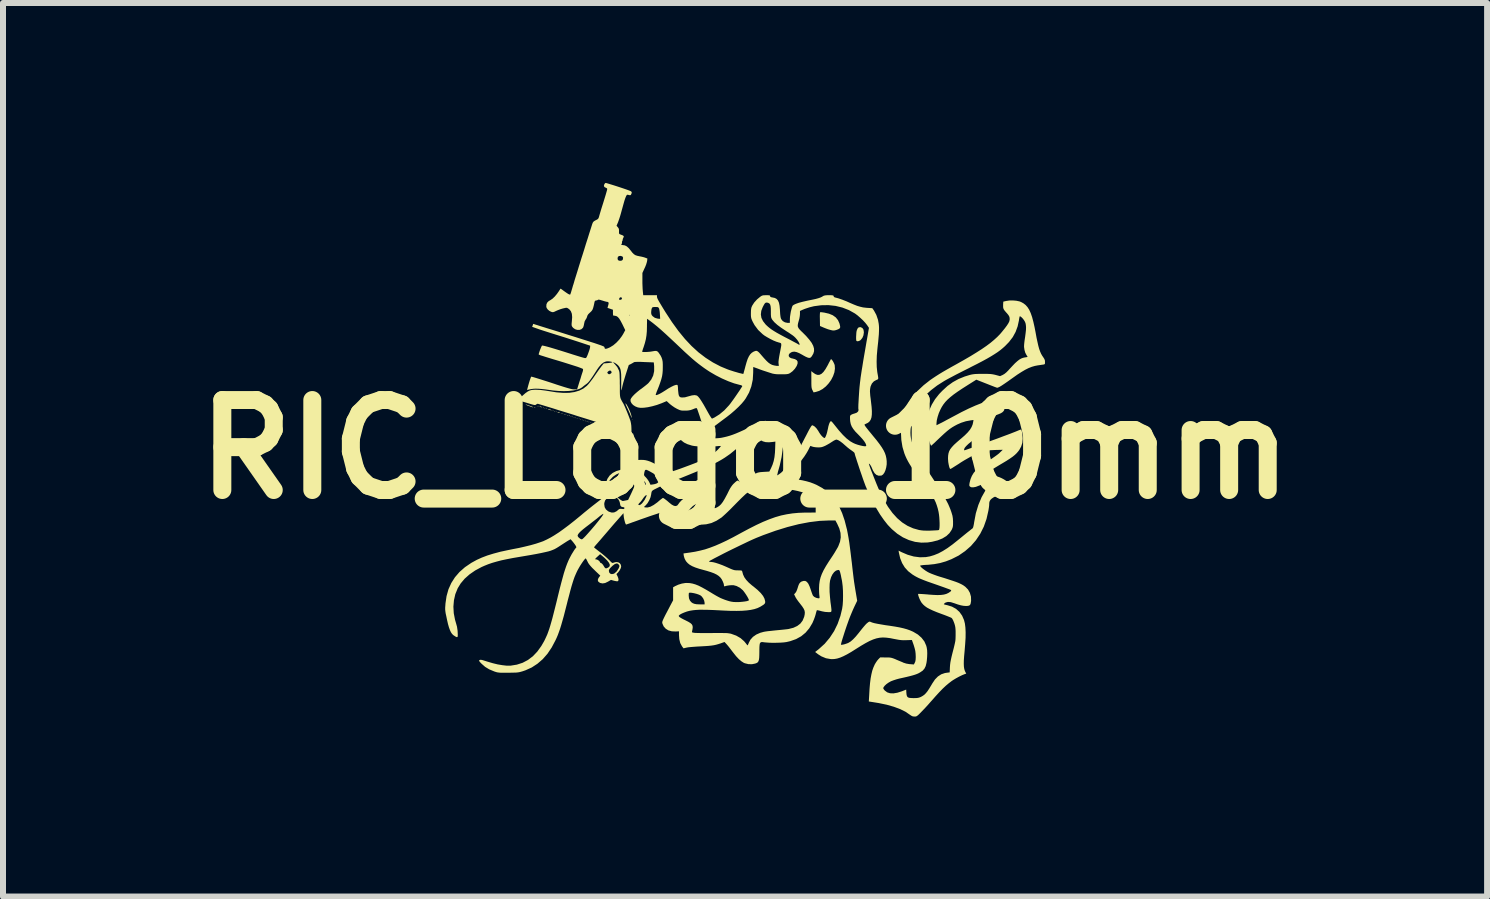
<source format=kicad_pcb>
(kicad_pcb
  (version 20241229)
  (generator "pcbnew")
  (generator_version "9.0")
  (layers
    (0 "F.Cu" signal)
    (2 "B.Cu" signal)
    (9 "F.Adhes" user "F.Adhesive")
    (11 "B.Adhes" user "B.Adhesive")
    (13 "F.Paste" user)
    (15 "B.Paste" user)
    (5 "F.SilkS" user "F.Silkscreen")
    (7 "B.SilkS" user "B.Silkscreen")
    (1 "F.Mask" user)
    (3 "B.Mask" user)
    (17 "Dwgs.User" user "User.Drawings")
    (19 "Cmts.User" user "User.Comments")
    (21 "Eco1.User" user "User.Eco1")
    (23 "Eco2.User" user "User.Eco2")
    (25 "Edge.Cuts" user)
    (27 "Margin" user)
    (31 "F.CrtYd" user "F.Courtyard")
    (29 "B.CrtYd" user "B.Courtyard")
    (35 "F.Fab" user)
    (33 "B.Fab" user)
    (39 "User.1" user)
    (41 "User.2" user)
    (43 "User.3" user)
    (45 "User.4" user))
  (footprint "RIC_Logo_10mm"
    (layer "F.Cu")
    (at 9.371 4.441)
    (property "Reference" "RIC_Logo_10mm" (at 0 0 0) (layer "F.SilkS") (effects (font (size 1.5 1.5) (thickness 0.3))))
    (attr board_only exclude_from_pos_files exclude_from_bom)
    (fp_poly (pts (xy -3.755 -0.781) (xy -3.76 -0.777) (xy -3.764 -0.781) (xy -3.76 -0.785)) (stroke (width 0) (type solid)) (fill yes) (layer "F.SilkS"))
    (fp_poly (pts (xy -2.202 -0.294) (xy -2.206 -0.29) (xy -2.211 -0.294) (xy -2.206 -0.299)) (stroke (width 0) (type solid)) (fill yes) (layer "F.SilkS"))
    (fp_poly (pts (xy -2.091 -0.26) (xy -2.095 -0.256) (xy -2.1 -0.26) (xy -2.095 -0.265)) (stroke (width 0) (type solid)) (fill yes) (layer "F.SilkS"))
    (fp_poly (pts (xy -2.023 -0.235) (xy -2.027 -0.23) (xy -2.031 -0.235) (xy -2.027 -0.239)) (stroke (width 0) (type solid)) (fill yes) (layer "F.SilkS"))
    (fp_poly (pts (xy -1.878 -0.499) (xy -1.882 -0.495) (xy -1.886 -0.499) (xy -1.882 -0.504)) (stroke (width 0) (type solid)) (fill yes) (layer "F.SilkS"))
    (fp_poly (pts (xy -3.497 -0.697) (xy -3.496 -0.694) (xy -3.508 -0.693) (xy -3.52 -0.694) (xy -3.519 -0.697) (xy -3.501 -0.698)) (stroke (width 0) (type solid)) (fill yes) (layer "F.SilkS"))
    (fp_poly (pts (xy -3.442 -0.722) (xy -3.444 -0.718) (xy -3.453 -0.718) (xy -3.462 -0.72) (xy -3.458 -0.723) (xy -3.445 -0.724)) (stroke (width 0) (type solid)) (fill yes) (layer "F.SilkS"))
    (fp_poly (pts (xy -3.357 -0.697) (xy -3.358 -0.692) (xy -3.363 -0.691) (xy -3.37 -0.694) (xy -3.368 -0.697) (xy -3.358 -0.698)) (stroke (width 0) (type solid)) (fill yes) (layer "F.SilkS"))
    (fp_poly (pts (xy -3.331 -0.688) (xy -3.333 -0.683) (xy -3.337 -0.683) (xy -3.344 -0.686) (xy -3.343 -0.688) (xy -3.333 -0.69)) (stroke (width 0) (type solid)) (fill yes) (layer "F.SilkS"))
    (fp_poly (pts (xy -3.306 -0.68) (xy -3.307 -0.675) (xy -3.312 -0.674) (xy -3.319 -0.677) (xy -3.317 -0.68) (xy -3.307 -0.681)) (stroke (width 0) (type solid)) (fill yes) (layer "F.SilkS"))
    (fp_poly (pts (xy -3.195 -0.646) (xy -3.196 -0.641) (xy -3.201 -0.64) (xy -3.208 -0.643) (xy -3.206 -0.646) (xy -3.196 -0.647)) (stroke (width 0) (type solid)) (fill yes) (layer "F.SilkS"))
    (fp_poly (pts (xy -3.169 -0.637) (xy -3.17 -0.632) (xy -3.175 -0.632) (xy -3.182 -0.635) (xy -3.181 -0.637) (xy -3.171 -0.638)) (stroke (width 0) (type solid)) (fill yes) (layer "F.SilkS"))
    (fp_poly (pts (xy -3.144 -0.629) (xy -3.145 -0.624) (xy -3.149 -0.623) (xy -3.156 -0.626) (xy -3.155 -0.629) (xy -3.145 -0.63)) (stroke (width 0) (type solid)) (fill yes) (layer "F.SilkS"))
    (fp_poly (pts (xy -3.058 -0.603) (xy -3.06 -0.598) (xy -3.064 -0.597) (xy -3.071 -0.601) (xy -3.07 -0.603) (xy -3.06 -0.604)) (stroke (width 0) (type solid)) (fill yes) (layer "F.SilkS"))
    (fp_poly (pts (xy -3.033 -0.595) (xy -3.034 -0.59) (xy -3.038 -0.589) (xy -3.045 -0.592) (xy -3.044 -0.595) (xy -3.034 -0.596)) (stroke (width 0) (type solid)) (fill yes) (layer "F.SilkS"))
    (fp_poly (pts (xy -3.007 -0.586) (xy -3.008 -0.581) (xy -3.013 -0.58) (xy -3.02 -0.583) (xy -3.019 -0.586) (xy -3.008 -0.587)) (stroke (width 0) (type solid)) (fill yes) (layer "F.SilkS"))
    (fp_poly (pts (xy -2.982 -0.578) (xy -2.983 -0.572) (xy -2.987 -0.572) (xy -2.994 -0.575) (xy -2.993 -0.578) (xy -2.983 -0.579)) (stroke (width 0) (type solid)) (fill yes) (layer "F.SilkS"))
    (fp_poly (pts (xy -2.956 -0.569) (xy -2.957 -0.564) (xy -2.962 -0.563) (xy -2.969 -0.566) (xy -2.967 -0.569) (xy -2.957 -0.57)) (stroke (width 0) (type solid)) (fill yes) (layer "F.SilkS"))
    (fp_poly (pts (xy -2.921 -0.56) (xy -2.924 -0.556) (xy -2.932 -0.555) (xy -2.942 -0.558) (xy -2.938 -0.561) (xy -2.924 -0.562)) (stroke (width 0) (type solid)) (fill yes) (layer "F.SilkS"))
    (fp_poly (pts (xy -2.896 -0.552) (xy -2.897 -0.547) (xy -2.902 -0.546) (xy -2.909 -0.549) (xy -2.908 -0.552) (xy -2.897 -0.553)) (stroke (width 0) (type solid)) (fill yes) (layer "F.SilkS"))
    (fp_poly (pts (xy -2.871 -0.543) (xy -2.872 -0.538) (xy -2.876 -0.538) (xy -2.883 -0.541) (xy -2.882 -0.543) (xy -2.872 -0.544)) (stroke (width 0) (type solid)) (fill yes) (layer "F.SilkS"))
    (fp_poly (pts (xy -2.845 -0.535) (xy -2.846 -0.53) (xy -2.851 -0.529) (xy -2.858 -0.532) (xy -2.856 -0.535) (xy -2.846 -0.536)) (stroke (width 0) (type solid)) (fill yes) (layer "F.SilkS"))
    (fp_poly (pts (xy -2.819 -0.526) (xy -2.821 -0.521) (xy -2.825 -0.521) (xy -2.832 -0.524) (xy -2.831 -0.526) (xy -2.821 -0.527)) (stroke (width 0) (type solid)) (fill yes) (layer "F.SilkS"))
    (fp_poly (pts (xy -2.794 -0.518) (xy -2.795 -0.513) (xy -2.799 -0.512) (xy -2.806 -0.515) (xy -2.805 -0.518) (xy -2.795 -0.519)) (stroke (width 0) (type solid)) (fill yes) (layer "F.SilkS"))
    (fp_poly (pts (xy -2.76 -0.509) (xy -2.761 -0.504) (xy -2.765 -0.504) (xy -2.772 -0.507) (xy -2.771 -0.509) (xy -2.761 -0.51)) (stroke (width 0) (type solid)) (fill yes) (layer "F.SilkS"))
    (fp_poly (pts (xy -2.734 -0.501) (xy -2.735 -0.496) (xy -2.74 -0.495) (xy -2.747 -0.498) (xy -2.745 -0.501) (xy -2.735 -0.502)) (stroke (width 0) (type solid)) (fill yes) (layer "F.SilkS"))
    (fp_poly (pts (xy -2.708 -0.492) (xy -2.71 -0.487) (xy -2.714 -0.486) (xy -2.721 -0.49) (xy -2.72 -0.492) (xy -2.71 -0.493)) (stroke (width 0) (type solid)) (fill yes) (layer "F.SilkS"))
    (fp_poly (pts (xy -2.683 -0.484) (xy -2.684 -0.479) (xy -2.689 -0.478) (xy -2.696 -0.481) (xy -2.694 -0.484) (xy -2.684 -0.485)) (stroke (width 0) (type solid)) (fill yes) (layer "F.SilkS"))
    (fp_poly (pts (xy -2.657 -0.475) (xy -2.658 -0.47) (xy -2.663 -0.469) (xy -2.67 -0.473) (xy -2.669 -0.475) (xy -2.658 -0.476)) (stroke (width 0) (type solid)) (fill yes) (layer "F.SilkS"))
    (fp_poly (pts (xy -2.623 -0.466) (xy -2.625 -0.462) (xy -2.634 -0.462) (xy -2.643 -0.464) (xy -2.639 -0.467) (xy -2.626 -0.468)) (stroke (width 0) (type solid)) (fill yes) (layer "F.SilkS"))
    (fp_poly (pts (xy -2.597 -0.458) (xy -2.599 -0.453) (xy -2.603 -0.452) (xy -2.61 -0.455) (xy -2.609 -0.458) (xy -2.599 -0.459)) (stroke (width 0) (type solid)) (fill yes) (layer "F.SilkS"))
    (fp_poly (pts (xy -2.572 -0.45) (xy -2.573 -0.444) (xy -2.578 -0.444) (xy -2.585 -0.447) (xy -2.583 -0.45) (xy -2.573 -0.451)) (stroke (width 0) (type solid)) (fill yes) (layer "F.SilkS"))
    (fp_poly (pts (xy -2.546 -0.441) (xy -2.547 -0.436) (xy -2.552 -0.435) (xy -2.559 -0.438) (xy -2.558 -0.441) (xy -2.548 -0.442)) (stroke (width 0) (type solid)) (fill yes) (layer "F.SilkS"))
    (fp_poly (pts (xy -2.461 -0.415) (xy -2.462 -0.41) (xy -2.467 -0.41) (xy -2.474 -0.413) (xy -2.472 -0.415) (xy -2.462 -0.416)) (stroke (width 0) (type solid)) (fill yes) (layer "F.SilkS"))
    (fp_poly (pts (xy -1.855 -0.258) (xy -1.854 -0.244) (xy -1.855 -0.241) (xy -1.859 -0.244) (xy -1.86 -0.252) (xy -1.858 -0.262)) (stroke (width 0) (type solid)) (fill yes) (layer "F.SilkS"))
    (fp_poly (pts (xy -3.404 -0.712) (xy -3.393 -0.708) (xy -3.383 -0.703) (xy -3.388 -0.701) (xy -3.407 -0.704) (xy -3.418 -0.708) (xy -3.428 -0.714) (xy -3.423 -0.716)) (stroke (width 0) (type solid)) (fill yes) (layer "F.SilkS"))
    (fp_poly (pts (xy -3.106 -0.619) (xy -3.094 -0.615) (xy -3.085 -0.609) (xy -3.09 -0.607) (xy -3.108 -0.61) (xy -3.12 -0.615) (xy -3.129 -0.62) (xy -3.124 -0.622)) (stroke (width 0) (type solid)) (fill yes) (layer "F.SilkS"))
    (fp_poly (pts (xy -2.508 -0.431) (xy -2.496 -0.427) (xy -2.487 -0.421) (xy -2.492 -0.419) (xy -2.51 -0.423) (xy -2.522 -0.427) (xy -2.531 -0.432) (xy -2.526 -0.434)) (stroke (width 0) (type solid)) (fill yes) (layer "F.SilkS"))
    (fp_poly (pts (xy -1.861 -0.222) (xy -1.861 -0.22) (xy -1.865 -0.205) (xy -1.869 -0.201) (xy -1.877 -0.2) (xy -1.878 -0.202) (xy -1.873 -0.215) (xy -1.869 -0.222) (xy -1.863 -0.23)) (stroke (width 0) (type solid)) (fill yes) (layer "F.SilkS"))
    (fp_poly (pts (xy -2.161 -0.283) (xy -2.146 -0.278) (xy -2.127 -0.271) (xy -2.123 -0.267) (xy -2.134 -0.266) (xy -2.134 -0.266) (xy -2.159 -0.269) (xy -2.176 -0.275) (xy -2.19 -0.282) (xy -2.19 -0.286) (xy -2.18 -0.287)) (stroke (width 0) (type solid)) (fill yes) (layer "F.SilkS"))
    (fp_poly (pts (xy -3.27 -0.67) (xy -3.247 -0.663) (xy -3.243 -0.661) (xy -3.227 -0.654) (xy -3.224 -0.65) (xy -3.226 -0.65) (xy -3.242 -0.653) (xy -3.265 -0.66) (xy -3.269 -0.661) (xy -3.285 -0.669) (xy -3.288 -0.673) (xy -3.286 -0.673)) (stroke (width 0) (type solid)) (fill yes) (layer "F.SilkS"))
    (fp_poly (pts (xy -1.989 -0.223) (xy -1.963 -0.216) (xy -1.933 -0.206) (xy -1.917 -0.201) (xy -1.911 -0.197) (xy -1.912 -0.193) (xy -1.913 -0.193) (xy -1.922 -0.194) (xy -1.942 -0.2) (xy -1.966 -0.207) (xy -1.996 -0.218) (xy -2.01 -0.225) (xy -2.008 -0.227)) (stroke (width 0) (type solid)) (fill yes) (layer "F.SilkS"))
    (fp_poly (pts (xy -3.65 -0.747) (xy -3.63 -0.741) (xy -3.604 -0.732) (xy -3.577 -0.722) (xy -3.553 -0.713) (xy -3.538 -0.706) (xy -3.535 -0.704) (xy -3.536 -0.701) (xy -3.548 -0.703) (xy -3.559 -0.706) (xy -3.574 -0.711) (xy -3.598 -0.721) (xy -3.617 -0.727) (xy -3.641 -0.737) (xy -3.656 -0.745) (xy -3.659 -0.748)) (stroke (width 0) (type solid)) (fill yes) (layer "F.SilkS"))
    (fp_poly (pts (xy -3.755 -0.895) (xy -3.766 -0.883) (xy -3.791 -0.853) (xy -3.803 -0.832) (xy -3.804 -0.817) (xy -3.794 -0.804) (xy -3.788 -0.799) (xy -3.778 -0.789) (xy -3.782 -0.786) (xy -3.796 -0.789) (xy -3.813 -0.796) (xy -3.828 -0.805) (xy -3.832 -0.811) (xy -3.827 -0.82) (xy -3.812 -0.837) (xy -3.79 -0.861) (xy -3.779 -0.873) (xy -3.76 -0.892) (xy -3.752 -0.899)) (stroke (width 0) (type solid)) (fill yes) (layer "F.SilkS"))
    (fp_poly (pts (xy -1.988 -0.763) (xy -1.974 -0.745) (xy -1.956 -0.714) (xy -1.937 -0.676) (xy -1.919 -0.634) (xy -1.904 -0.594) (xy -1.899 -0.577) (xy -1.892 -0.548) (xy -1.889 -0.53) (xy -1.89 -0.524) (xy -1.895 -0.533) (xy -1.903 -0.553) (xy -1.911 -0.573) (xy -1.924 -0.604) (xy -1.941 -0.642) (xy -1.96 -0.682) (xy -1.979 -0.724) (xy -1.99 -0.751) (xy -1.994 -0.764) (xy -1.99 -0.765)) (stroke (width 0) (type solid)) (fill yes) (layer "F.SilkS"))
    (fp_poly (pts (xy -2.438 -0.406) (xy -2.417 -0.401) (xy -2.386 -0.393) (xy -2.351 -0.383) (xy -2.313 -0.373) (xy -2.278 -0.363) (xy -2.248 -0.354) (xy -2.228 -0.348) (xy -2.22 -0.345) (xy -2.219 -0.336) (xy -2.221 -0.327) (xy -2.224 -0.317) (xy -2.228 -0.323) (xy -2.229 -0.325) (xy -2.24 -0.333) (xy -2.265 -0.345) (xy -2.303 -0.359) (xy -2.342 -0.371) (xy -2.381 -0.384) (xy -2.414 -0.394) (xy -2.436 -0.402) (xy -2.446 -0.407) (xy -2.446 -0.407)) (stroke (width 0) (type solid)) (fill yes) (layer "F.SilkS"))
    (fp_poly (pts (xy 1.929 -2.036) (xy 1.957 -2.022) (xy 1.975 -1.995) (xy 1.981 -1.955) (xy 1.981 -1.947) (xy 1.974 -1.9) (xy 1.956 -1.857) (xy 1.928 -1.823) (xy 1.924 -1.819) (xy 1.9 -1.806) (xy 1.876 -1.801) (xy 1.859 -1.806) (xy 1.858 -1.807) (xy 1.854 -1.819) (xy 1.852 -1.843) (xy 1.852 -1.875) (xy 1.854 -1.91) (xy 1.856 -1.944) (xy 1.86 -1.971) (xy 1.861 -1.976) (xy 1.875 -2.012) (xy 1.893 -2.032) (xy 1.918 -2.037)) (stroke (width 0) (type solid)) (fill yes) (layer "F.SilkS"))
    (fp_poly (pts (xy 1.27 -2.286) (xy 1.295 -2.283) (xy 1.323 -2.279) (xy 1.4 -2.261) (xy 1.463 -2.235) (xy 1.513 -2.199) (xy 1.55 -2.153) (xy 1.575 -2.097) (xy 1.58 -2.076) (xy 1.586 -2.049) (xy 1.586 -2.032) (xy 1.58 -2.02) (xy 1.576 -2.015) (xy 1.557 -2.003) (xy 1.529 -1.992) (xy 1.498 -1.983) (xy 1.471 -1.981) (xy 1.471 -1.981) (xy 1.454 -1.983) (xy 1.428 -1.989) (xy 1.413 -1.993) (xy 1.382 -2.002) (xy 1.345 -2.016) (xy 1.31 -2.03) (xy 1.25 -2.056) (xy 1.248 -2.171) (xy 1.247 -2.22) (xy 1.248 -2.254) (xy 1.25 -2.275) (xy 1.253 -2.285) (xy 1.257 -2.287)) (stroke (width 0) (type solid)) (fill yes) (layer "F.SilkS"))
    (fp_poly (pts (xy 1.44 -1.501) (xy 1.452 -1.488) (xy 1.467 -1.466) (xy 1.48 -1.441) (xy 1.491 -1.415) (xy 1.495 -1.403) (xy 1.499 -1.345) (xy 1.49 -1.283) (xy 1.468 -1.22) (xy 1.436 -1.158) (xy 1.395 -1.1) (xy 1.347 -1.048) (xy 1.293 -1.005) (xy 1.236 -0.974) (xy 1.182 -0.957) (xy 1.143 -0.949) (xy 1.125 -0.985) (xy 1.118 -0.999) (xy 1.113 -1.015) (xy 1.109 -1.034) (xy 1.107 -1.061) (xy 1.106 -1.097) (xy 1.106 -1.147) (xy 1.106 -1.162) (xy 1.105 -1.304) (xy 1.131 -1.282) (xy 1.17 -1.255) (xy 1.206 -1.241) (xy 1.24 -1.242) (xy 1.274 -1.258) (xy 1.307 -1.289) (xy 1.341 -1.336) (xy 1.377 -1.399) (xy 1.382 -1.408) (xy 1.4 -1.444) (xy 1.416 -1.473) (xy 1.427 -1.494) (xy 1.432 -1.502)) (stroke (width 0) (type solid)) (fill yes) (layer "F.SilkS"))
    (fp_poly (pts (xy -2.325 -4.441) (xy -2.308 -4.438) (xy -2.278 -4.429) (xy -2.239 -4.417) (xy -2.193 -4.403) (xy -2.143 -4.387) (xy -2.091 -4.37) (xy -2.04 -4.353) (xy -1.993 -4.337) (xy -1.953 -4.323) (xy -1.922 -4.311) (xy -1.904 -4.303) (xy -1.9 -4.301) (xy -1.89 -4.289) (xy -1.889 -4.275) (xy -1.895 -4.259) (xy -1.904 -4.241) (xy -1.916 -4.236) (xy -1.928 -4.238) (xy -1.95 -4.243) (xy -1.963 -4.245) (xy -1.971 -4.24) (xy -1.982 -4.222) (xy -1.995 -4.191) (xy -2.01 -4.147) (xy -2.027 -4.087) (xy -2.048 -4.011) (xy -2.054 -3.99) (xy -2.068 -3.938) (xy -2.083 -3.886) (xy -2.098 -3.84) (xy -2.111 -3.803) (xy -2.117 -3.786) (xy -2.142 -3.727) (xy -2.12 -3.702) (xy -2.106 -3.682) (xy -2.101 -3.66) (xy -2.101 -3.633) (xy -2.101 -3.608) (xy -2.098 -3.594) (xy -2.088 -3.586) (xy -2.07 -3.579) (xy -2.039 -3.567) (xy -2.024 -3.556) (xy -2.021 -3.544) (xy -2.027 -3.531) (xy -2.037 -3.509) (xy -2.04 -3.494) (xy -2.043 -3.477) (xy -2.048 -3.47) (xy -2.052 -3.459) (xy -2.051 -3.449) (xy -2.052 -3.433) (xy -2.056 -3.427) (xy -2.065 -3.417) (xy -2.059 -3.409) (xy -2.04 -3.405) (xy -2.039 -3.405) (xy -2.004 -3.4) (xy -1.971 -3.383) (xy -1.937 -3.352) (xy -1.906 -3.314) (xy -1.878 -3.278) (xy -1.853 -3.253) (xy -1.826 -3.236) (xy -1.795 -3.226) (xy -1.758 -3.218) (xy -1.722 -3.211) (xy -1.686 -3.202) (xy -1.665 -3.195) (xy -1.628 -3.181) (xy -1.632 -3.142) (xy -1.638 -3.116) (xy -1.649 -3.08) (xy -1.665 -3.04) (xy -1.674 -3.021) (xy -1.711 -2.94) (xy -1.711 -2.821) (xy -1.711 -2.77) (xy -1.709 -2.719) (xy -1.707 -2.672) (xy -1.704 -2.637) (xy -1.704 -2.635) (xy -1.697 -2.569) (xy -1.583 -2.569) (xy -1.468 -2.569) (xy -1.468 -2.547) (xy -1.467 -2.536) (xy -1.463 -2.522) (xy -1.455 -2.504) (xy -1.442 -2.479) (xy -1.423 -2.446) (xy -1.398 -2.404) (xy -1.366 -2.351) (xy -1.326 -2.286) (xy -1.218 -2.121) (xy -1.11 -1.972) (xy -1.001 -1.839) (xy -0.89 -1.721) (xy -0.776 -1.617) (xy -0.657 -1.526) (xy -0.535 -1.448) (xy -0.407 -1.381) (xy -0.296 -1.335) (xy -0.264 -1.323) (xy -0.226 -1.311) (xy -0.183 -1.297) (xy -0.141 -1.285) (xy -0.101 -1.273) (xy -0.066 -1.265) (xy -0.042 -1.259) (xy -0.029 -1.257) (xy -0.028 -1.258) (xy -0.025 -1.267) (xy -0.019 -1.289) (xy -0.01 -1.322) (xy 0.001 -1.362) (xy 0.005 -1.379) (xy 0.025 -1.45) (xy 0.044 -1.507) (xy 0.065 -1.551) (xy 0.087 -1.584) (xy 0.112 -1.609) (xy 0.142 -1.628) (xy 0.157 -1.634) (xy 0.177 -1.641) (xy 0.195 -1.641) (xy 0.212 -1.633) (xy 0.233 -1.615) (xy 0.26 -1.585) (xy 0.27 -1.573) (xy 0.317 -1.519) (xy 0.356 -1.477) (xy 0.389 -1.446) (xy 0.418 -1.425) (xy 0.445 -1.411) (xy 0.46 -1.405) (xy 0.492 -1.397) (xy 0.522 -1.392) (xy 0.535 -1.391) (xy 0.564 -1.391) (xy 0.559 -1.432) (xy 0.558 -1.459) (xy 0.562 -1.497) (xy 0.57 -1.548) (xy 0.58 -1.602) (xy 0.591 -1.659) (xy 0.599 -1.701) (xy 0.604 -1.731) (xy 0.604 -1.752) (xy 0.601 -1.765) (xy 0.593 -1.772) (xy 0.58 -1.777) (xy 0.562 -1.781) (xy 0.561 -1.782) (xy 0.522 -1.794) (xy 0.473 -1.814) (xy 0.421 -1.84) (xy 0.369 -1.869) (xy 0.323 -1.897) (xy 0.293 -1.92) (xy 0.219 -1.99) (xy 0.16 -2.069) (xy 0.129 -2.125) (xy 0.114 -2.157) (xy 0.105 -2.182) (xy 0.1 -2.207) (xy 0.098 -2.237) (xy 0.098 -2.249) (xy 0.264 -2.249) (xy 0.273 -2.192) (xy 0.3 -2.137) (xy 0.343 -2.082) (xy 0.354 -2.071) (xy 0.382 -2.045) (xy 0.411 -2.021) (xy 0.445 -1.996) (xy 0.484 -1.971) (xy 0.532 -1.942) (xy 0.59 -1.91) (xy 0.661 -1.872) (xy 0.7 -1.852) (xy 0.752 -1.825) (xy 0.798 -1.8) (xy 0.838 -1.779) (xy 0.868 -1.763) (xy 0.886 -1.752) (xy 0.891 -1.749) (xy 0.905 -1.741) (xy 0.91 -1.748) (xy 0.908 -1.76) (xy 0.894 -1.79) (xy 0.871 -1.824) (xy 0.842 -1.858) (xy 0.817 -1.882) (xy 0.797 -1.898) (xy 0.765 -1.92) (xy 0.727 -1.946) (xy 0.685 -1.972) (xy 0.675 -1.979) (xy 0.601 -2.028) (xy 0.539 -2.074) (xy 0.49 -2.118) (xy 0.456 -2.158) (xy 0.451 -2.166) (xy 0.442 -2.182) (xy 0.436 -2.198) (xy 0.433 -2.219) (xy 0.431 -2.249) (xy 0.431 -2.292) (xy 0.431 -2.296) (xy 0.43 -2.35) (xy 0.426 -2.388) (xy 0.418 -2.415) (xy 0.405 -2.432) (xy 0.386 -2.442) (xy 0.375 -2.445) (xy 0.357 -2.447) (xy 0.342 -2.443) (xy 0.328 -2.43) (xy 0.313 -2.405) (xy 0.295 -2.371) (xy 0.271 -2.309) (xy 0.264 -2.249) (xy 0.098 -2.249) (xy 0.098 -2.27) (xy 0.099 -2.312) (xy 0.102 -2.342) (xy 0.107 -2.366) (xy 0.117 -2.389) (xy 0.119 -2.394) (xy 0.153 -2.447) (xy 0.2 -2.499) (xy 0.248 -2.539) (xy 0.27 -2.555) (xy 0.289 -2.564) (xy 0.31 -2.568) (xy 0.339 -2.569) (xy 0.353 -2.569) (xy 0.386 -2.569) (xy 0.406 -2.567) (xy 0.415 -2.563) (xy 0.418 -2.555) (xy 0.418 -2.553) (xy 0.422 -2.543) (xy 0.435 -2.536) (xy 0.461 -2.531) (xy 0.498 -2.523) (xy 0.528 -2.506) (xy 0.55 -2.48) (xy 0.566 -2.443) (xy 0.576 -2.393) (xy 0.582 -2.328) (xy 0.583 -2.307) (xy 0.586 -2.256) (xy 0.59 -2.22) (xy 0.595 -2.193) (xy 0.602 -2.173) (xy 0.603 -2.171) (xy 0.629 -2.138) (xy 0.666 -2.117) (xy 0.709 -2.108) (xy 0.713 -2.108) (xy 0.747 -2.108) (xy 0.748 -2.174) (xy 0.75 -2.209) (xy 0.756 -2.25) (xy 0.763 -2.293) (xy 0.773 -2.333) (xy 0.782 -2.367) (xy 0.791 -2.39) (xy 0.794 -2.395) (xy 0.814 -2.41) (xy 0.849 -2.426) (xy 0.897 -2.443) (xy 0.957 -2.459) (xy 1.026 -2.475) (xy 1.054 -2.481) (xy 1.124 -2.495) (xy 1.179 -2.507) (xy 1.222 -2.519) (xy 1.255 -2.53) (xy 1.281 -2.542) (xy 1.299 -2.553) (xy 1.314 -2.561) (xy 1.335 -2.566) (xy 1.365 -2.569) (xy 1.399 -2.569) (xy 1.436 -2.569) (xy 1.459 -2.567) (xy 1.471 -2.564) (xy 1.476 -2.559) (xy 1.477 -2.553) (xy 1.483 -2.539) (xy 1.503 -2.531) (xy 1.504 -2.531) (xy 1.557 -2.517) (xy 1.621 -2.495) (xy 1.695 -2.466) (xy 1.743 -2.444) (xy 1.811 -2.415) (xy 1.869 -2.392) (xy 1.92 -2.377) (xy 1.967 -2.366) (xy 2.016 -2.36) (xy 2.041 -2.358) (xy 2.122 -2.353) (xy 2.15 -2.313) (xy 2.189 -2.241) (xy 2.217 -2.159) (xy 2.229 -2.093) (xy 2.232 -2.064) (xy 2.234 -2.034) (xy 2.234 -2.001) (xy 2.233 -1.962) (xy 2.231 -1.916) (xy 2.226 -1.861) (xy 2.22 -1.793) (xy 2.211 -1.713) (xy 2.206 -1.664) (xy 2.197 -1.56) (xy 2.194 -1.462) (xy 2.196 -1.373) (xy 2.204 -1.296) (xy 2.207 -1.275) (xy 2.215 -1.231) (xy 2.22 -1.201) (xy 2.221 -1.182) (xy 2.217 -1.171) (xy 2.209 -1.164) (xy 2.196 -1.158) (xy 2.189 -1.156) (xy 2.148 -1.133) (xy 2.115 -1.097) (xy 2.095 -1.052) (xy 2.092 -1.042) (xy 2.087 -1.016) (xy 2.084 -0.991) (xy 2.083 -0.965) (xy 2.085 -0.933) (xy 2.088 -0.892) (xy 2.095 -0.84) (xy 2.1 -0.796) (xy 2.11 -0.709) (xy 2.115 -0.637) (xy 2.114 -0.578) (xy 2.108 -0.531) (xy 2.095 -0.494) (xy 2.077 -0.466) (xy 2.052 -0.444) (xy 2.041 -0.438) (xy 2.018 -0.427) (xy 2 -0.418) (xy 1.996 -0.416) (xy 1.992 -0.413) (xy 1.993 -0.406) (xy 2 -0.393) (xy 2.013 -0.374) (xy 2.034 -0.347) (xy 2.063 -0.31) (xy 2.102 -0.263) (xy 2.132 -0.226) (xy 2.193 -0.152) (xy 2.242 -0.088) (xy 2.281 -0.032) (xy 2.311 0.018) (xy 2.333 0.064) (xy 2.348 0.109) (xy 2.357 0.153) (xy 2.362 0.197) (xy 2.362 0.25) (xy 2.354 0.302) (xy 2.341 0.349) (xy 2.323 0.39) (xy 2.301 0.42) (xy 2.277 0.436) (xy 2.271 0.438) (xy 2.228 0.44) (xy 2.192 0.427) (xy 2.16 0.398) (xy 2.133 0.353) (xy 2.121 0.325) (xy 2.109 0.297) (xy 2.096 0.272) (xy 2.082 0.252) (xy 2.072 0.241) (xy 2.066 0.24) (xy 2.065 0.244) (xy 2.069 0.256) (xy 2.077 0.281) (xy 2.09 0.317) (xy 2.107 0.362) (xy 2.127 0.412) (xy 2.148 0.466) (xy 2.17 0.521) (xy 2.191 0.574) (xy 2.212 0.624) (xy 2.23 0.667) (xy 2.245 0.701) (xy 2.247 0.706) (xy 2.314 0.841) (xy 2.384 0.959) (xy 2.458 1.061) (xy 2.537 1.148) (xy 2.62 1.219) (xy 2.708 1.275) (xy 2.802 1.317) (xy 2.901 1.345) (xy 2.901 1.345) (xy 2.94 1.351) (xy 2.98 1.355) (xy 3.026 1.356) (xy 3.083 1.356) (xy 3.098 1.355) (xy 3.143 1.353) (xy 3.183 1.351) (xy 3.213 1.349) (xy 3.23 1.346) (xy 3.233 1.345) (xy 3.238 1.333) (xy 3.242 1.308) (xy 3.244 1.272) (xy 3.244 1.229) (xy 3.242 1.183) (xy 3.239 1.135) (xy 3.234 1.09) (xy 3.228 1.052) (xy 3.227 1.045) (xy 3.214 0.989) (xy 3.198 0.936) (xy 3.179 0.884) (xy 3.154 0.832) (xy 3.123 0.777) (xy 3.086 0.717) (xy 3.039 0.651) (xy 2.984 0.576) (xy 2.932 0.508) (xy 2.872 0.43) (xy 2.822 0.363) (xy 2.781 0.304) (xy 2.747 0.252) (xy 2.719 0.204) (xy 2.695 0.158) (xy 2.674 0.112) (xy 2.657 0.069) (xy 2.625 -0.039) (xy 2.606 -0.155) (xy 2.6 -0.275) (xy 2.606 -0.396) (xy 2.626 -0.515) (xy 2.659 -0.629) (xy 2.672 -0.663) (xy 2.724 -0.771) (xy 2.792 -0.874) (xy 2.877 -0.974) (xy 2.978 -1.069) (xy 3.086 -1.154) (xy 3.134 -1.187) (xy 3.184 -1.22) (xy 3.239 -1.255) (xy 3.3 -1.292) (xy 3.371 -1.333) (xy 3.454 -1.38) (xy 3.521 -1.417) (xy 3.647 -1.488) (xy 3.759 -1.553) (xy 3.858 -1.614) (xy 3.946 -1.67) (xy 4.023 -1.723) (xy 4.09 -1.773) (xy 4.15 -1.823) (xy 4.204 -1.872) (xy 4.252 -1.921) (xy 4.285 -1.96) (xy 4.332 -2.018) (xy 4.367 -2.065) (xy 4.392 -2.104) (xy 4.407 -2.136) (xy 4.412 -2.163) (xy 4.413 -2.168) (xy 4.411 -2.194) (xy 4.404 -2.217) (xy 4.39 -2.24) (xy 4.367 -2.268) (xy 4.352 -2.284) (xy 4.326 -2.315) (xy 4.31 -2.34) (xy 4.303 -2.368) (xy 4.303 -2.403) (xy 4.303 -2.416) (xy 4.306 -2.462) (xy 4.353 -2.473) (xy 4.406 -2.481) (xy 4.465 -2.482) (xy 4.524 -2.477) (xy 4.576 -2.466) (xy 4.602 -2.456) (xy 4.642 -2.434) (xy 4.678 -2.406) (xy 4.71 -2.37) (xy 4.738 -2.326) (xy 4.763 -2.271) (xy 4.786 -2.205) (xy 4.807 -2.126) (xy 4.828 -2.032) (xy 4.844 -1.95) (xy 4.86 -1.861) (xy 4.876 -1.787) (xy 4.89 -1.725) (xy 4.904 -1.674) (xy 4.919 -1.632) (xy 4.935 -1.595) (xy 4.953 -1.563) (xy 4.972 -1.535) (xy 4.991 -1.505) (xy 5 -1.479) (xy 5.001 -1.456) (xy 5.001 -1.432) (xy 4.996 -1.42) (xy 4.983 -1.415) (xy 4.974 -1.413) (xy 4.951 -1.41) (xy 4.919 -1.405) (xy 4.884 -1.4) (xy 4.883 -1.4) (xy 4.831 -1.39) (xy 4.78 -1.375) (xy 4.727 -1.354) (xy 4.671 -1.326) (xy 4.61 -1.29) (xy 4.54 -1.245) (xy 4.461 -1.189) (xy 4.451 -1.182) (xy 4.381 -1.132) (xy 4.323 -1.092) (xy 4.278 -1.062) (xy 4.243 -1.041) (xy 4.218 -1.03) (xy 4.203 -1.026) (xy 4.201 -1.027) (xy 4.189 -1.031) (xy 4.164 -1.04) (xy 4.128 -1.054) (xy 4.084 -1.071) (xy 4.034 -1.091) (xy 4.021 -1.096) (xy 3.856 -1.161) (xy 3.713 -1.071) (xy 3.622 -1.013) (xy 3.544 -0.961) (xy 3.478 -0.914) (xy 3.423 -0.87) (xy 3.377 -0.829) (xy 3.339 -0.789) (xy 3.307 -0.748) (xy 3.28 -0.706) (xy 3.257 -0.662) (xy 3.231 -0.603) (xy 3.211 -0.541) (xy 3.197 -0.483) (xy 3.192 -0.434) (xy 3.192 -0.431) (xy 3.192 -0.401) (xy 3.253 -0.432) (xy 3.28 -0.445) (xy 3.318 -0.465) (xy 3.364 -0.49) (xy 3.415 -0.517) (xy 3.467 -0.545) (xy 3.473 -0.548) (xy 3.608 -0.62) (xy 3.73 -0.68) (xy 3.84 -0.729) (xy 3.938 -0.768) (xy 4.024 -0.796) (xy 4.098 -0.813) (xy 4.161 -0.82) (xy 4.213 -0.817) (xy 4.245 -0.808) (xy 4.277 -0.787) (xy 4.302 -0.757) (xy 4.319 -0.723) (xy 4.326 -0.687) (xy 4.321 -0.655) (xy 4.315 -0.644) (xy 4.303 -0.629) (xy 4.287 -0.615) (xy 4.264 -0.601) (xy 4.231 -0.587) (xy 4.186 -0.57) (xy 4.165 -0.563) (xy 4.112 -0.543) (xy 4.072 -0.528) (xy 4.042 -0.514) (xy 4.019 -0.501) (xy 4.001 -0.487) (xy 3.992 -0.48) (xy 3.978 -0.464) (xy 3.971 -0.446) (xy 3.969 -0.421) (xy 3.969 -0.41) (xy 3.963 -0.361) (xy 3.945 -0.313) (xy 3.915 -0.265) (xy 3.871 -0.215) (xy 3.812 -0.161) (xy 3.776 -0.132) (xy 3.724 -0.09) (xy 3.686 -0.053) (xy 3.662 -0.024) (xy 3.653 -0.002) (xy 3.653 0.000297) (xy 3.654 0.014) (xy 3.656 0.017) (xy 3.667 0.014) (xy 3.691 0.006) (xy 3.728 -0.007) (xy 3.776 -0.024) (xy 3.832 -0.044) (xy 3.895 -0.066) (xy 3.963 -0.091) (xy 4.035 -0.117) (xy 4.107 -0.144) (xy 4.18 -0.17) (xy 4.25 -0.196) (xy 4.316 -0.221) (xy 4.376 -0.243) (xy 4.429 -0.263) (xy 4.472 -0.28) (xy 4.498 -0.29) (xy 4.535 -0.305) (xy 4.566 -0.318) (xy 4.588 -0.326) (xy 4.597 -0.33) (xy 4.605 -0.325) (xy 4.613 -0.307) (xy 4.62 -0.278) (xy 4.625 -0.241) (xy 4.628 -0.201) (xy 4.629 -0.175) (xy 4.623 -0.107) (xy 4.604 -0.047) (xy 4.572 0.011) (xy 4.554 0.035) (xy 4.529 0.064) (xy 4.499 0.093) (xy 4.462 0.123) (xy 4.416 0.155) (xy 4.359 0.192) (xy 4.289 0.234) (xy 4.26 0.251) (xy 4.212 0.28) (xy 4.164 0.309) (xy 4.122 0.336) (xy 4.087 0.359) (xy 4.067 0.374) (xy 4.016 0.414) (xy 4.059 0.421) (xy 4.132 0.434) (xy 4.193 0.449) (xy 4.244 0.466) (xy 4.28 0.482) (xy 4.319 0.503) (xy 4.357 0.528) (xy 4.389 0.554) (xy 4.414 0.579) (xy 4.428 0.6) (xy 4.43 0.608) (xy 4.423 0.624) (xy 4.407 0.646) (xy 4.385 0.67) (xy 4.356 0.695) (xy 4.324 0.716) (xy 4.284 0.736) (xy 4.253 0.75) (xy 4.193 0.776) (xy 4.147 0.799) (xy 4.114 0.821) (xy 4.092 0.842) (xy 4.079 0.864) (xy 4.072 0.89) (xy 4.071 0.912) (xy 4.07 0.935) (xy 4.066 0.969) (xy 4.06 1.008) (xy 4.057 1.025) (xy 4.026 1.161) (xy 3.981 1.289) (xy 3.922 1.407) (xy 3.85 1.515) (xy 3.766 1.612) (xy 3.669 1.697) (xy 3.562 1.771) (xy 3.443 1.831) (xy 3.349 1.868) (xy 3.252 1.896) (xy 3.156 1.914) (xy 3.052 1.925) (xy 3.024 1.926) (xy 2.979 1.929) (xy 2.945 1.933) (xy 2.924 1.937) (xy 2.919 1.94) (xy 2.926 1.954) (xy 2.945 1.974) (xy 2.972 1.996) (xy 3.005 2.02) (xy 3.04 2.042) (xy 3.068 2.057) (xy 3.105 2.073) (xy 3.152 2.091) (xy 3.202 2.109) (xy 3.239 2.121) (xy 3.328 2.148) (xy 3.402 2.172) (xy 3.463 2.192) (xy 3.513 2.209) (xy 3.555 2.225) (xy 3.588 2.24) (xy 3.616 2.254) (xy 3.64 2.268) (xy 3.662 2.284) (xy 3.673 2.292) (xy 3.718 2.338) (xy 3.749 2.393) (xy 3.767 2.456) (xy 3.769 2.524) (xy 3.768 2.533) (xy 3.762 2.57) (xy 3.752 2.594) (xy 3.735 2.606) (xy 3.707 2.611) (xy 3.684 2.612) (xy 3.642 2.609) (xy 3.599 2.601) (xy 3.549 2.587) (xy 3.489 2.566) (xy 3.488 2.566) (xy 3.431 2.548) (xy 3.383 2.544) (xy 3.346 2.554) (xy 3.334 2.561) (xy 3.319 2.574) (xy 3.314 2.583) (xy 3.315 2.583) (xy 3.324 2.587) (xy 3.346 2.593) (xy 3.374 2.599) (xy 3.451 2.623) (xy 3.518 2.66) (xy 3.574 2.71) (xy 3.619 2.773) (xy 3.651 2.846) (xy 3.666 2.906) (xy 3.674 2.97) (xy 3.678 3.049) (xy 3.677 3.143) (xy 3.67 3.25) (xy 3.661 3.361) (xy 3.653 3.447) (xy 3.648 3.518) (xy 3.647 3.576) (xy 3.649 3.623) (xy 3.655 3.661) (xy 3.664 3.691) (xy 3.669 3.703) (xy 3.688 3.739) (xy 3.662 3.748) (xy 3.62 3.765) (xy 3.571 3.789) (xy 3.519 3.817) (xy 3.471 3.846) (xy 3.444 3.864) (xy 3.396 3.901) (xy 3.346 3.943) (xy 3.294 3.992) (xy 3.238 4.05) (xy 3.174 4.12) (xy 3.138 4.161) (xy 3.096 4.208) (xy 3.053 4.257) (xy 3.01 4.304) (xy 2.971 4.345) (xy 2.941 4.376) (xy 2.909 4.409) (xy 2.886 4.431) (xy 2.869 4.444) (xy 2.855 4.452) (xy 2.842 4.455) (xy 2.826 4.455) (xy 2.825 4.455) (xy 2.798 4.453) (xy 2.775 4.443) (xy 2.748 4.425) (xy 2.675 4.375) (xy 2.586 4.331) (xy 2.481 4.292) (xy 2.362 4.258) (xy 2.227 4.23) (xy 2.165 4.22) (xy 2.064 4.204) (xy 2.07 4.101) (xy 2.076 3.993) (xy 2.084 3.9) (xy 2.094 3.82) (xy 2.107 3.751) (xy 2.121 3.692) (xy 2.139 3.64) (xy 2.16 3.593) (xy 2.163 3.586) (xy 2.183 3.553) (xy 2.205 3.521) (xy 2.224 3.499) (xy 2.224 3.499) (xy 2.254 3.469) (xy 2.345 3.47) (xy 2.387 3.47) (xy 2.418 3.472) (xy 2.444 3.477) (xy 2.47 3.485) (xy 2.504 3.498) (xy 2.514 3.503) (xy 2.554 3.52) (xy 2.595 3.537) (xy 2.631 3.552) (xy 2.64 3.557) (xy 2.687 3.572) (xy 2.739 3.581) (xy 2.753 3.582) (xy 2.815 3.587) (xy 2.83 3.558) (xy 2.839 3.537) (xy 2.844 3.509) (xy 2.846 3.471) (xy 2.846 3.452) (xy 2.844 3.406) (xy 2.839 3.362) (xy 2.828 3.316) (xy 2.812 3.263) (xy 2.799 3.226) (xy 2.782 3.179) (xy 2.69 3.182) (xy 2.645 3.183) (xy 2.605 3.181) (xy 2.564 3.176) (xy 2.516 3.167) (xy 2.488 3.162) (xy 2.418 3.148) (xy 2.356 3.14) (xy 2.299 3.137) (xy 2.245 3.141) (xy 2.191 3.152) (xy 2.136 3.17) (xy 2.076 3.196) (xy 2.01 3.231) (xy 1.935 3.275) (xy 1.852 3.327) (xy 1.771 3.378) (xy 1.7 3.419) (xy 1.639 3.45) (xy 1.585 3.473) (xy 1.537 3.488) (xy 1.492 3.496) (xy 1.448 3.498) (xy 1.427 3.497) (xy 1.349 3.483) (xy 1.274 3.452) (xy 1.22 3.418) (xy 1.169 3.379) (xy 1.231 3.33) (xy 1.328 3.242) (xy 1.412 3.142) (xy 1.485 3.031) (xy 1.544 2.91) (xy 1.59 2.779) (xy 1.619 2.659) (xy 1.628 2.597) (xy 1.633 2.523) (xy 1.634 2.442) (xy 1.633 2.36) (xy 1.628 2.281) (xy 1.619 2.209) (xy 1.615 2.185) (xy 1.606 2.142) (xy 1.598 2.1) (xy 1.59 2.067) (xy 1.585 2.048) (xy 1.577 2.025) (xy 1.568 2.014) (xy 1.555 2.011) (xy 1.55 2.012) (xy 1.517 2.022) (xy 1.486 2.047) (xy 1.458 2.084) (xy 1.435 2.131) (xy 1.419 2.184) (xy 1.417 2.193) (xy 1.411 2.242) (xy 1.409 2.305) (xy 1.41 2.378) (xy 1.416 2.457) (xy 1.424 2.539) (xy 1.425 2.548) (xy 1.433 2.605) (xy 1.438 2.647) (xy 1.441 2.677) (xy 1.44 2.697) (xy 1.436 2.708) (xy 1.427 2.713) (xy 1.413 2.714) (xy 1.394 2.714) (xy 1.385 2.714) (xy 1.336 2.711) (xy 1.284 2.701) (xy 1.265 2.696) (xy 1.235 2.688) (xy 1.211 2.683) (xy 1.199 2.682) (xy 1.198 2.682) (xy 1.194 2.692) (xy 1.187 2.715) (xy 1.179 2.745) (xy 1.177 2.754) (xy 1.165 2.793) (xy 1.148 2.839) (xy 1.129 2.884) (xy 1.122 2.899) (xy 1.071 2.984) (xy 1.009 3.057) (xy 0.936 3.117) (xy 0.851 3.164) (xy 0.755 3.198) (xy 0.692 3.213) (xy 0.647 3.219) (xy 0.591 3.223) (xy 0.528 3.225) (xy 0.462 3.226) (xy 0.401 3.224) (xy 0.347 3.22) (xy 0.324 3.218) (xy 0.295 3.214) (xy 0.274 3.214) (xy 0.258 3.221) (xy 0.248 3.235) (xy 0.243 3.259) (xy 0.24 3.296) (xy 0.239 3.346) (xy 0.239 3.373) (xy 0.238 3.433) (xy 0.236 3.478) (xy 0.231 3.512) (xy 0.223 3.535) (xy 0.211 3.552) (xy 0.193 3.563) (xy 0.169 3.572) (xy 0.114 3.583) (xy 0.055 3.581) (xy -0.002 3.567) (xy -0.02 3.56) (xy -0.059 3.535) (xy -0.102 3.499) (xy -0.149 3.449) (xy -0.2 3.385) (xy -0.217 3.363) (xy -0.245 3.326) (xy -0.272 3.291) (xy -0.296 3.262) (xy -0.313 3.243) (xy -0.313 3.243) (xy -0.342 3.212) (xy -0.409 3.236) (xy -0.447 3.248) (xy -0.482 3.258) (xy -0.519 3.266) (xy -0.559 3.272) (xy -0.607 3.277) (xy -0.665 3.281) (xy -0.736 3.285) (xy -0.752 3.286) (xy -0.808 3.289) (xy -0.862 3.293) (xy -0.91 3.297) (xy -0.949 3.301) (xy -0.974 3.306) (xy -0.976 3.306) (xy -1.025 3.318) (xy -1.051 3.284) (xy -1.08 3.23) (xy -1.096 3.165) (xy -1.101 3.099) (xy -1.101 3.034) (xy -1.156 3.037) (xy -1.221 3.034) (xy -1.277 3.019) (xy -1.322 2.991) (xy -1.356 2.953) (xy -1.375 2.911) (xy -1.378 2.901) (xy -1.38 2.891) (xy -1.38 2.881) (xy -1.377 2.868) (xy -1.371 2.852) (xy -1.361 2.829) (xy -1.346 2.798) (xy -1.334 2.774) (xy -1.105 2.774) (xy -1.103 2.784) (xy -1.095 2.794) (xy -1.081 2.804) (xy -1.056 2.819) (xy -1.022 2.837) (xy -0.993 2.851) (xy -0.944 2.876) (xy -0.91 2.897) (xy -0.888 2.917) (xy -0.876 2.939) (xy -0.872 2.963) (xy -0.873 2.979) (xy -0.877 3.007) (xy -0.882 3.03) (xy -0.883 3.035) (xy -0.885 3.047) (xy -0.879 3.053) (xy -0.861 3.057) (xy -0.848 3.059) (xy -0.829 3.061) (xy -0.795 3.062) (xy -0.75 3.063) (xy -0.695 3.063) (xy -0.633 3.063) (xy -0.567 3.063) (xy -0.546 3.063) (xy -0.47 3.062) (xy -0.41 3.062) (xy -0.361 3.063) (xy -0.323 3.063) (xy -0.294 3.065) (xy -0.271 3.068) (xy -0.251 3.071) (xy -0.233 3.075) (xy -0.23 3.076) (xy -0.147 3.106) (xy -0.074 3.148) (xy -0.015 3.2) (xy 0.011 3.231) (xy 0.027 3.252) (xy 0.039 3.265) (xy 0.043 3.269) (xy 0.048 3.261) (xy 0.056 3.243) (xy 0.062 3.228) (xy 0.09 3.174) (xy 0.132 3.127) (xy 0.188 3.088) (xy 0.254 3.059) (xy 0.312 3.043) (xy 0.34 3.038) (xy 0.382 3.032) (xy 0.432 3.027) (xy 0.486 3.021) (xy 0.525 3.017) (xy 0.579 3.012) (xy 0.63 3.007) (xy 0.676 3.002) (xy 0.711 2.998) (xy 0.729 2.995) (xy 0.807 2.975) (xy 0.871 2.945) (xy 0.922 2.906) (xy 0.96 2.856) (xy 0.985 2.795) (xy 0.987 2.789) (xy 0.995 2.751) (xy 0.997 2.718) (xy 0.992 2.688) (xy 0.978 2.657) (xy 0.954 2.62) (xy 0.92 2.576) (xy 0.914 2.568) (xy 0.888 2.535) (xy 0.863 2.5) (xy 0.844 2.47) (xy 0.84 2.461) (xy 0.818 2.417) (xy 0.839 2.395) (xy 0.853 2.375) (xy 0.866 2.345) (xy 0.875 2.319) (xy 0.889 2.274) (xy 0.902 2.243) (xy 0.918 2.222) (xy 0.936 2.208) (xy 0.939 2.206) (xy 0.974 2.194) (xy 1.004 2.194) (xy 1.031 2.21) (xy 1.055 2.24) (xy 1.077 2.287) (xy 1.093 2.332) (xy 1.106 2.371) (xy 1.118 2.405) (xy 1.128 2.43) (xy 1.133 2.44) (xy 1.155 2.461) (xy 1.187 2.476) (xy 1.22 2.484) (xy 1.224 2.484) (xy 1.237 2.483) (xy 1.242 2.477) (xy 1.242 2.461) (xy 1.24 2.443) (xy 1.237 2.417) (xy 1.235 2.38) (xy 1.234 2.337) (xy 1.234 2.313) (xy 1.237 2.252) (xy 1.245 2.194) (xy 1.259 2.137) (xy 1.28 2.079) (xy 1.31 2.016) (xy 1.349 1.947) (xy 1.398 1.869) (xy 1.432 1.818) (xy 1.464 1.77) (xy 1.495 1.721) (xy 1.522 1.675) (xy 1.545 1.636) (xy 1.556 1.614) (xy 1.584 1.54) (xy 1.596 1.468) (xy 1.592 1.394) (xy 1.572 1.319) (xy 1.538 1.244) (xy 1.507 1.186) (xy 1.404 1.186) (xy 1.244 1.193) (xy 1.074 1.214) (xy 0.895 1.248) (xy 0.706 1.296) (xy 0.509 1.357) (xy 0.303 1.431) (xy 0.188 1.477) (xy 0.151 1.493) (xy 0.106 1.513) (xy 0.052 1.538) (xy -0.008 1.567) (xy -0.073 1.598) (xy -0.141 1.631) (xy -0.209 1.664) (xy -0.278 1.698) (xy -0.344 1.731) (xy -0.406 1.763) (xy -0.462 1.792) (xy -0.511 1.817) (xy -0.551 1.839) (xy -0.581 1.855) (xy -0.598 1.866) (xy -0.601 1.87) (xy -0.59 1.875) (xy -0.569 1.878) (xy -0.561 1.878) (xy -0.531 1.882) (xy -0.488 1.893) (xy -0.436 1.91) (xy -0.376 1.932) (xy -0.311 1.96) (xy -0.273 1.977) (xy -0.233 1.995) (xy -0.202 2.007) (xy -0.178 2.014) (xy -0.153 2.017) (xy -0.124 2.018) (xy -0.117 2.018) (xy -0.084 2.019) (xy -0.063 2.02) (xy -0.053 2.025) (xy -0.048 2.032) (xy -0.046 2.04) (xy -0.032 2.089) (xy -0.011 2.134) (xy 0.02 2.177) (xy 0.061 2.221) (xy 0.115 2.268) (xy 0.14 2.287) (xy 0.209 2.344) (xy 0.263 2.397) (xy 0.301 2.445) (xy 0.325 2.491) (xy 0.336 2.535) (xy 0.336 2.542) (xy 0.335 2.56) (xy 0.327 2.574) (xy 0.31 2.59) (xy 0.296 2.599) (xy 0.254 2.625) (xy 0.208 2.647) (xy 0.156 2.664) (xy 0.096 2.677) (xy 0.028 2.686) (xy -0.05 2.692) (xy -0.141 2.694) (xy -0.244 2.693) (xy -0.362 2.688) (xy -0.435 2.684) (xy -0.537 2.679) (xy -0.624 2.676) (xy -0.699 2.675) (xy -0.762 2.675) (xy -0.818 2.678) (xy -0.867 2.683) (xy -0.911 2.69) (xy -0.926 2.693) (xy -0.968 2.704) (xy -1.012 2.72) (xy -1.052 2.737) (xy -1.083 2.754) (xy -1.094 2.763) (xy -1.105 2.774) (xy -1.334 2.774) (xy -1.326 2.758) (xy -1.299 2.707) (xy -1.266 2.644) (xy -1.25 2.613) (xy -1.199 2.517) (xy -1.199 2.437) (xy -0.939 2.437) (xy -0.934 2.485) (xy -0.918 2.522) (xy -0.895 2.549) (xy -0.872 2.565) (xy -0.844 2.576) (xy -0.807 2.583) (xy -0.757 2.585) (xy -0.749 2.585) (xy -0.674 2.586) (xy -0.674 2.559) (xy -0.681 2.522) (xy -0.699 2.483) (xy -0.725 2.45) (xy -0.742 2.436) (xy -0.769 2.423) (xy -0.806 2.41) (xy -0.849 2.399) (xy -0.889 2.392) (xy -0.915 2.39) (xy -0.929 2.391) (xy -0.936 2.396) (xy -0.938 2.411) (xy -0.939 2.437) (xy -1.199 2.437) (xy -1.199 2.409) (xy -1.199 2.3) (xy -1.165 2.281) (xy -1.113 2.257) (xy -1.055 2.239) (xy -0.997 2.229) (xy -0.97 2.228) (xy -0.923 2.23) (xy -0.877 2.238) (xy -0.828 2.252) (xy -0.775 2.273) (xy -0.716 2.303) (xy -0.646 2.342) (xy -0.589 2.376) (xy -0.53 2.412) (xy -0.482 2.44) (xy -0.442 2.462) (xy -0.407 2.48) (xy -0.373 2.494) (xy -0.337 2.508) (xy -0.305 2.519) (xy -0.263 2.532) (xy -0.228 2.54) (xy -0.193 2.545) (xy -0.149 2.547) (xy -0.137 2.547) (xy -0.091 2.546) (xy -0.046 2.542) (xy -0.004 2.537) (xy 0.031 2.531) (xy 0.055 2.523) (xy 0.065 2.517) (xy 0.063 2.506) (xy 0.053 2.484) (xy 0.038 2.456) (xy 0.018 2.424) (xy -0.003 2.393) (xy -0.024 2.365) (xy -0.037 2.349) (xy -0.085 2.308) (xy -0.141 2.279) (xy -0.189 2.266) (xy -0.223 2.265) (xy -0.265 2.268) (xy -0.307 2.275) (xy -0.335 2.283) (xy -0.348 2.284) (xy -0.35 2.277) (xy -0.355 2.243) (xy -0.37 2.204) (xy -0.39 2.165) (xy -0.411 2.137) (xy -0.439 2.111) (xy -0.474 2.088) (xy -0.517 2.067) (xy -0.571 2.047) (xy -0.639 2.026) (xy -0.683 2.014) (xy -0.763 1.992) (xy -0.829 1.97) (xy -0.881 1.948) (xy -0.923 1.924) (xy -0.955 1.898) (xy -0.981 1.869) (xy -0.994 1.848) (xy -1.009 1.817) (xy -1.019 1.783) (xy -1.021 1.774) (xy -1.026 1.736) (xy -0.919 1.721) (xy -0.832 1.707) (xy -0.749 1.689) (xy -0.666 1.668) (xy -0.583 1.64) (xy -0.496 1.607) (xy -0.404 1.567) (xy -0.304 1.52) (xy -0.195 1.464) (xy -0.075 1.399) (xy -0.068 1.395) (xy 0.065 1.324) (xy 0.187 1.262) (xy 0.299 1.21) (xy 0.404 1.167) (xy 0.504 1.131) (xy 0.601 1.103) (xy 0.696 1.083) (xy 0.793 1.068) (xy 0.892 1.059) (xy 0.996 1.055) (xy 1.026 1.055) (xy 1.178 1.054) (xy 1.178 0.92) (xy 1.178 0.787) (xy 1.047 0.744) (xy 0.957 0.716) (xy 0.879 0.695) (xy 0.808 0.68) (xy 0.743 0.67) (xy 0.678 0.666) (xy 0.645 0.666) (xy 0.556 0.669) (xy 0.476 0.681) (xy 0.398 0.702) (xy 0.334 0.725) (xy 0.298 0.74) (xy 0.274 0.749) (xy 0.259 0.752) (xy 0.25 0.751) (xy 0.242 0.745) (xy 0.238 0.742) (xy 0.228 0.727) (xy 0.223 0.705) (xy 0.222 0.673) (xy 0.222 0.621) (xy 0.198 0.627) (xy 0.173 0.637) (xy 0.138 0.656) (xy 0.098 0.681) (xy 0.057 0.711) (xy 0.017 0.741) (xy -0.001 0.757) (xy -0.023 0.778) (xy -0.055 0.808) (xy -0.093 0.846) (xy -0.136 0.889) (xy -0.179 0.933) (xy -0.197 0.951) (xy -0.24 0.995) (xy -0.283 1.037) (xy -0.323 1.075) (xy -0.358 1.107) (xy -0.384 1.13) (xy -0.392 1.137) (xy -0.476 1.191) (xy -0.56 1.229) (xy -0.647 1.25) (xy -0.714 1.255) (xy -0.777 1.255) (xy -0.777 1.223) (xy -0.775 1.193) (xy -0.768 1.16) (xy -0.755 1.122) (xy -0.735 1.074) (xy -0.72 1.039) (xy -0.703 1.001) (xy -0.689 0.966) (xy -0.68 0.938) (xy -0.677 0.926) (xy -0.672 0.896) (xy -0.726 0.896) (xy -0.779 0.901) (xy -0.826 0.917) (xy -0.869 0.945) (xy -0.912 0.987) (xy -0.955 1.044) (xy -0.956 1.046) (xy -0.999 1.105) (xy -1.038 1.149) (xy -1.078 1.181) (xy -1.119 1.203) (xy -1.165 1.215) (xy -1.203 1.219) (xy -1.247 1.219) (xy -1.277 1.214) (xy -1.296 1.199) (xy -1.308 1.174) (xy -1.315 1.135) (xy -1.315 1.127) (xy -1.321 1.086) (xy -1.33 1.059) (xy -1.342 1.045) (xy -1.357 1.041) (xy -1.369 1.044) (xy -1.395 1.052) (xy -1.434 1.064) (xy -1.482 1.08) (xy -1.537 1.098) (xy -1.599 1.119) (xy -1.664 1.142) (xy -1.731 1.165) (xy -1.797 1.189) (xy -1.861 1.212) (xy -1.871 1.215) (xy -1.911 1.23) (xy -1.945 1.242) (xy -1.969 1.25) (xy -1.982 1.254) (xy -1.983 1.255) (xy -1.989 1.247) (xy -1.998 1.227) (xy -2.006 1.199) (xy -2.014 1.167) (xy -2.02 1.135) (xy -2.022 1.119) (xy -2.027 1.065) (xy -2.135 1.188) (xy -2.173 1.231) (xy -2.211 1.275) (xy -2.246 1.316) (xy -2.275 1.35) (xy -2.292 1.37) (xy -2.317 1.399) (xy -2.349 1.436) (xy -2.384 1.477) (xy -2.42 1.519) (xy -2.43 1.53) (xy -2.46 1.565) (xy -2.486 1.594) (xy -2.505 1.617) (xy -2.516 1.631) (xy -2.518 1.634) (xy -2.511 1.64) (xy -2.494 1.655) (xy -2.467 1.676) (xy -2.434 1.702) (xy -2.416 1.715) (xy -2.375 1.748) (xy -2.334 1.782) (xy -2.297 1.815) (xy -2.269 1.842) (xy -2.264 1.846) (xy -2.24 1.872) (xy -2.224 1.887) (xy -2.212 1.894) (xy -2.201 1.894) (xy -2.189 1.889) (xy -2.15 1.879) (xy -2.115 1.883) (xy -2.088 1.899) (xy -2.07 1.926) (xy -2.065 1.955) (xy -2.072 1.982) (xy -2.088 2.014) (xy -2.112 2.047) (xy -2.118 2.054) (xy -2.144 2.08) (xy -2.126 2.115) (xy -2.113 2.149) (xy -2.109 2.176) (xy -2.115 2.195) (xy -2.122 2.199) (xy -2.137 2.2) (xy -2.162 2.196) (xy -2.185 2.191) (xy -2.235 2.177) (xy -2.284 2.206) (xy -2.332 2.229) (xy -2.375 2.236) (xy -2.415 2.228) (xy -2.424 2.223) (xy -2.448 2.204) (xy -2.455 2.18) (xy -2.446 2.152) (xy -2.437 2.137) (xy -2.413 2.106) (xy -2.495 2.028) (xy -2.27 2.028) (xy -2.263 2.056) (xy -2.245 2.074) (xy -2.22 2.081) (xy -2.19 2.075) (xy -2.175 2.067) (xy -2.138 2.034) (xy -2.109 1.988) (xy -2.103 1.976) (xy -2.095 1.954) (xy -2.095 1.939) (xy -2.103 1.924) (xy -2.104 1.924) (xy -2.122 1.906) (xy -2.145 1.903) (xy -2.173 1.914) (xy -2.207 1.94) (xy -2.22 1.952) (xy -2.246 1.978) (xy -2.261 1.997) (xy -2.269 2.014) (xy -2.27 2.028) (xy -2.495 2.028) (xy -2.507 2.016) (xy -2.548 1.976) (xy -2.577 1.944) (xy -2.599 1.917) (xy -2.615 1.893) (xy -2.626 1.871) (xy -2.639 1.845) (xy -2.646 1.831) (xy -2.498 1.831) (xy -2.49 1.835) (xy -2.48 1.835) (xy -2.461 1.841) (xy -2.44 1.854) (xy -2.423 1.871) (xy -2.415 1.887) (xy -2.415 1.887) (xy -2.409 1.894) (xy -2.403 1.895) (xy -2.388 1.903) (xy -2.368 1.925) (xy -2.346 1.961) (xy -2.345 1.963) (xy -2.332 1.98) (xy -2.315 1.985) (xy -2.293 1.977) (xy -2.272 1.965) (xy -2.256 1.947) (xy -2.255 1.922) (xy -2.269 1.891) (xy -2.298 1.854) (xy -2.342 1.81) (xy -2.375 1.782) (xy -2.416 1.748) (xy -2.456 1.785) (xy -2.482 1.809) (xy -2.495 1.823) (xy -2.498 1.831) (xy -2.646 1.831) (xy -2.65 1.826) (xy -2.656 1.818) (xy -2.656 1.818) (xy -2.666 1.825) (xy -2.682 1.844) (xy -2.703 1.872) (xy -2.726 1.906) (xy -2.75 1.943) (xy -2.772 1.981) (xy -2.79 2.013) (xy -2.808 2.05) (xy -2.825 2.088) (xy -2.842 2.128) (xy -2.858 2.173) (xy -2.874 2.223) (xy -2.892 2.282) (xy -2.911 2.35) (xy -2.932 2.431) (xy -2.957 2.525) (xy -2.97 2.578) (xy -2.998 2.687) (xy -3.022 2.781) (xy -3.045 2.862) (xy -3.065 2.932) (xy -3.084 2.993) (xy -3.103 3.047) (xy -3.121 3.096) (xy -3.14 3.141) (xy -3.159 3.182) (xy -3.223 3.303) (xy -3.294 3.409) (xy -3.373 3.499) (xy -3.461 3.575) (xy -3.556 3.637) (xy -3.66 3.684) (xy -3.71 3.701) (xy -3.738 3.709) (xy -3.762 3.715) (xy -3.786 3.719) (xy -3.815 3.722) (xy -3.85 3.723) (xy -3.896 3.724) (xy -3.952 3.725) (xy -4.009 3.725) (xy -4.053 3.725) (xy -4.086 3.724) (xy -4.112 3.721) (xy -4.133 3.718) (xy -4.154 3.712) (xy -4.176 3.705) (xy -4.186 3.701) (xy -4.265 3.668) (xy -4.333 3.627) (xy -4.392 3.575) (xy -4.395 3.572) (xy -4.419 3.547) (xy -4.431 3.531) (xy -4.434 3.522) (xy -4.43 3.516) (xy -4.42 3.511) (xy -4.41 3.509) (xy -4.395 3.51) (xy -4.373 3.515) (xy -4.342 3.525) (xy -4.297 3.539) (xy -4.287 3.542) (xy -4.205 3.566) (xy -4.123 3.586) (xy -4.045 3.599) (xy -3.975 3.607) (xy -3.916 3.607) (xy -3.909 3.607) (xy -3.804 3.59) (xy -3.708 3.559) (xy -3.619 3.512) (xy -3.537 3.45) (xy -3.463 3.372) (xy -3.396 3.279) (xy -3.348 3.196) (xy -3.33 3.159) (xy -3.313 3.122) (xy -3.296 3.084) (xy -3.281 3.043) (xy -3.265 2.998) (xy -3.249 2.947) (xy -3.232 2.888) (xy -3.213 2.821) (xy -3.193 2.743) (xy -3.17 2.653) (xy -3.144 2.549) (xy -3.117 2.437) (xy -3.089 2.324) (xy -3.064 2.227) (xy -3.041 2.142) (xy -3.021 2.069) (xy -3.001 2.006) (xy -2.982 1.95) (xy -2.963 1.9) (xy -2.944 1.855) (xy -2.933 1.831) (xy -2.913 1.792) (xy -2.891 1.751) (xy -2.867 1.712) (xy -2.846 1.678) (xy -2.827 1.652) (xy -2.814 1.638) (xy -2.813 1.637) (xy -2.813 1.627) (xy -2.823 1.607) (xy -2.842 1.579) (xy -2.868 1.545) (xy -2.88 1.531) (xy -2.908 1.499) (xy -2.95 1.523) (xy -2.976 1.539) (xy -3.01 1.561) (xy -3.047 1.585) (xy -3.064 1.596) (xy -3.11 1.626) (xy -3.146 1.648) (xy -3.177 1.665) (xy -3.208 1.678) (xy -3.242 1.691) (xy -3.242 1.691) (xy -3.279 1.702) (xy -3.331 1.714) (xy -3.399 1.729) (xy -3.48 1.745) (xy -3.574 1.762) (xy -3.68 1.78) (xy -3.751 1.792) (xy -3.869 1.812) (xy -3.972 1.832) (xy -4.062 1.851) (xy -4.142 1.872) (xy -4.215 1.893) (xy -4.282 1.916) (xy -4.346 1.942) (xy -4.393 1.963) (xy -4.499 2.02) (xy -4.593 2.085) (xy -4.674 2.157) (xy -4.74 2.235) (xy -4.791 2.318) (xy -4.791 2.319) (xy -4.83 2.415) (xy -4.853 2.517) (xy -4.862 2.623) (xy -4.856 2.732) (xy -4.835 2.841) (xy -4.821 2.889) (xy -4.802 2.957) (xy -4.792 3.026) (xy -4.791 3.049) (xy -4.789 3.091) (xy -4.79 3.117) (xy -4.795 3.13) (xy -4.806 3.131) (xy -4.825 3.123) (xy -4.842 3.112) (xy -4.866 3.096) (xy -4.886 3.075) (xy -4.904 3.048) (xy -4.92 3.013) (xy -4.936 2.969) (xy -4.952 2.913) (xy -4.968 2.843) (xy -4.981 2.78) (xy -4.991 2.735) (xy -4.996 2.7) (xy -4.999 2.67) (xy -4.999 2.638) (xy -4.996 2.6) (xy -4.994 2.569) (xy -4.976 2.447) (xy -4.944 2.333) (xy -4.897 2.229) (xy -4.836 2.133) (xy -4.76 2.045) (xy -4.669 1.965) (xy -4.563 1.893) (xy -4.472 1.843) (xy -4.388 1.805) (xy -4.296 1.77) (xy -4.192 1.738) (xy -4.076 1.707) (xy -3.945 1.679) (xy -3.871 1.664) (xy -3.767 1.644) (xy -3.667 1.621) (xy -3.573 1.598) (xy -3.488 1.574) (xy -3.416 1.55) (xy -3.365 1.532) (xy -3.305 1.504) (xy -3.242 1.471) (xy -3.191 1.441) (xy -2.791 1.441) (xy -2.784 1.458) (xy -2.767 1.476) (xy -2.746 1.492) (xy -2.726 1.5) (xy -2.72 1.501) (xy -2.708 1.494) (xy -2.687 1.475) (xy -2.657 1.444) (xy -2.618 1.401) (xy -2.568 1.344) (xy -2.561 1.336) (xy -2.503 1.268) (xy -2.455 1.209) (xy -2.416 1.16) (xy -2.387 1.122) (xy -2.369 1.095) (xy -2.362 1.079) (xy -2.364 1.075) (xy -2.374 1.081) (xy -2.394 1.094) (xy -2.421 1.114) (xy -2.439 1.129) (xy -2.474 1.158) (xy -2.517 1.191) (xy -2.561 1.225) (xy -2.59 1.248) (xy -2.652 1.295) (xy -2.7 1.333) (xy -2.737 1.365) (xy -2.763 1.391) (xy -2.78 1.412) (xy -2.789 1.43) (xy -2.791 1.441) (xy -3.191 1.441) (xy -3.175 1.431) (xy -3.102 1.384) (xy -3.024 1.328) (xy -2.937 1.263) (xy -2.842 1.188) (xy -2.737 1.102) (xy -2.68 1.054) (xy -2.639 1.021) (xy -2.59 0.981) (xy -2.536 0.938) (xy -2.483 0.897) (xy -2.448 0.87) (xy -2.407 0.838) (xy -2.37 0.808) (xy -2.341 0.783) (xy -2.32 0.765) (xy -2.311 0.754) (xy -2.311 0.753) (xy -2.308 0.752) (xy -2.303 0.764) (xy -2.301 0.775) (xy -2.298 0.801) (xy -2.302 0.817) (xy -2.307 0.822) (xy -2.333 0.853) (xy -2.346 0.895) (xy -2.347 0.918) (xy -2.34 0.965) (xy -2.319 1.002) (xy -2.283 1.032) (xy -2.268 1.04) (xy -2.225 1.054) (xy -2.184 1.053) (xy -2.144 1.034) (xy -2.124 1.018) (xy -2.103 1) (xy -2.087 0.993) (xy -2.068 0.992) (xy -2.054 0.994) (xy -2.028 0.996) (xy -2.015 0.992) (xy -2.012 0.987) (xy -2.011 0.972) (xy -2.024 0.965) (xy -2.036 0.964) (xy -2.051 0.96) (xy -1.682 0.96) (xy -1.679 0.965) (xy -1.667 0.968) (xy -1.625 0.97) (xy -1.577 0.957) (xy -1.523 0.928) (xy -1.463 0.885) (xy -1.442 0.867) (xy -1.414 0.843) (xy -1.39 0.825) (xy -1.374 0.813) (xy -1.369 0.811) (xy -1.355 0.816) (xy -1.333 0.832) (xy -1.299 0.858) (xy -1.267 0.886) (xy -1.222 0.922) (xy -1.184 0.942) (xy -1.153 0.946) (xy -1.128 0.935) (xy -1.114 0.917) (xy -1.09 0.884) (xy -1.055 0.848) (xy -1.014 0.814) (xy -0.971 0.786) (xy -0.954 0.776) (xy -0.878 0.747) (xy -0.789 0.725) (xy -0.69 0.71) (xy -0.682 0.709) (xy -0.631 0.704) (xy -0.595 0.701) (xy -0.57 0.7) (xy -0.554 0.703) (xy -0.544 0.71) (xy -0.536 0.721) (xy -0.529 0.736) (xy -0.521 0.756) (xy -0.517 0.779) (xy -0.514 0.809) (xy -0.512 0.85) (xy -0.512 0.877) (xy -0.511 0.925) (xy -0.509 0.959) (xy -0.506 0.978) (xy -0.503 0.982) (xy -0.491 0.978) (xy -0.47 0.969) (xy -0.462 0.965) (xy -0.431 0.945) (xy -0.401 0.917) (xy -0.371 0.878) (xy -0.34 0.827) (xy -0.305 0.762) (xy -0.296 0.745) (xy -0.27 0.692) (xy -0.249 0.652) (xy -0.229 0.621) (xy -0.21 0.595) (xy -0.189 0.572) (xy -0.186 0.57) (xy -0.162 0.547) (xy -0.14 0.529) (xy -0.125 0.521) (xy -0.123 0.521) (xy -0.109 0.527) (xy -0.09 0.542) (xy -0.072 0.559) (xy -0.044 0.586) (xy -0.022 0.597) (xy -0.002 0.593) (xy 0.018 0.573) (xy 0.034 0.548) (xy 0.079 0.484) (xy 0.085 0.478) (xy 0.746 0.478) (xy 0.752 0.485) (xy 0.77 0.489) (xy 0.783 0.49) (xy 0.877 0.503) (xy 0.957 0.517) (xy 1.026 0.533) (xy 1.089 0.551) (xy 1.147 0.573) (xy 1.193 0.593) (xy 1.288 0.645) (xy 1.373 0.707) (xy 1.447 0.778) (xy 1.513 0.861) (xy 1.57 0.956) (xy 1.619 1.064) (xy 1.661 1.187) (xy 1.696 1.324) (xy 1.699 1.334) (xy 1.712 1.401) (xy 1.725 1.473) (xy 1.738 1.553) (xy 1.75 1.644) (xy 1.763 1.747) (xy 1.777 1.864) (xy 1.78 1.886) (xy 1.791 1.986) (xy 1.801 2.071) (xy 1.81 2.146) (xy 1.819 2.214) (xy 1.829 2.278) (xy 1.839 2.341) (xy 1.849 2.4) (xy 1.87 2.525) (xy 1.824 2.621) (xy 1.802 2.669) (xy 1.778 2.725) (xy 1.754 2.783) (xy 1.734 2.834) (xy 1.717 2.882) (xy 1.698 2.935) (xy 1.679 2.991) (xy 1.66 3.048) (xy 1.643 3.102) (xy 1.627 3.152) (xy 1.614 3.194) (xy 1.605 3.228) (xy 1.6 3.25) (xy 1.599 3.258) (xy 1.61 3.259) (xy 1.633 3.256) (xy 1.662 3.249) (xy 1.692 3.239) (xy 1.719 3.229) (xy 1.726 3.225) (xy 1.762 3.203) (xy 1.801 3.169) (xy 1.844 3.124) (xy 1.893 3.065) (xy 1.922 3.028) (xy 1.953 2.989) (xy 1.983 2.953) (xy 2.01 2.922) (xy 2.031 2.901) (xy 2.036 2.897) (xy 2.058 2.88) (xy 2.072 2.873) (xy 2.084 2.873) (xy 2.097 2.879) (xy 2.12 2.888) (xy 2.155 2.898) (xy 2.203 2.908) (xy 2.265 2.919) (xy 2.342 2.932) (xy 2.407 2.941) (xy 2.498 2.955) (xy 2.576 2.969) (xy 2.642 2.984) (xy 2.699 3) (xy 2.75 3.018) (xy 2.798 3.039) (xy 2.806 3.043) (xy 2.882 3.088) (xy 2.943 3.142) (xy 2.99 3.203) (xy 3.021 3.273) (xy 3.029 3.304) (xy 3.036 3.347) (xy 3.038 3.401) (xy 3.036 3.461) (xy 3.031 3.521) (xy 3.025 3.561) (xy 3.012 3.614) (xy 2.992 3.655) (xy 2.963 3.689) (xy 2.922 3.717) (xy 2.894 3.733) (xy 2.872 3.743) (xy 2.849 3.752) (xy 2.822 3.761) (xy 2.788 3.771) (xy 2.746 3.782) (xy 2.693 3.795) (xy 2.627 3.81) (xy 2.568 3.823) (xy 2.524 3.835) (xy 2.478 3.85) (xy 2.438 3.865) (xy 2.427 3.87) (xy 2.392 3.89) (xy 2.358 3.914) (xy 2.33 3.94) (xy 2.311 3.964) (xy 2.304 3.982) (xy 2.31 3.996) (xy 2.325 4.016) (xy 2.333 4.024) (xy 2.371 4.052) (xy 2.418 4.067) (xy 2.474 4.069) (xy 2.54 4.058) (xy 2.616 4.034) (xy 2.638 4.025) (xy 2.687 4.006) (xy 2.69 4.061) (xy 2.694 4.096) (xy 2.702 4.12) (xy 2.717 4.136) (xy 2.742 4.144) (xy 2.78 4.147) (xy 2.811 4.148) (xy 2.853 4.147) (xy 2.884 4.144) (xy 2.909 4.137) (xy 2.932 4.128) (xy 2.962 4.111) (xy 2.989 4.092) (xy 3.015 4.066) (xy 3.042 4.033) (xy 3.071 3.989) (xy 3.105 3.933) (xy 3.122 3.904) (xy 3.167 3.837) (xy 3.216 3.787) (xy 3.271 3.751) (xy 3.332 3.73) (xy 3.364 3.725) (xy 3.412 3.719) (xy 3.416 3.629) (xy 3.419 3.59) (xy 3.424 3.551) (xy 3.432 3.509) (xy 3.443 3.459) (xy 3.458 3.398) (xy 3.466 3.367) (xy 3.481 3.309) (xy 3.492 3.263) (xy 3.5 3.227) (xy 3.506 3.197) (xy 3.509 3.168) (xy 3.51 3.138) (xy 3.511 3.102) (xy 3.511 3.081) (xy 3.511 3.032) (xy 3.509 2.996) (xy 3.506 2.967) (xy 3.501 2.941) (xy 3.493 2.913) (xy 3.487 2.895) (xy 3.47 2.852) (xy 3.454 2.823) (xy 3.443 2.811) (xy 3.429 2.804) (xy 3.402 2.793) (xy 3.365 2.778) (xy 3.321 2.761) (xy 3.285 2.748) (xy 3.202 2.717) (xy 3.134 2.689) (xy 3.079 2.663) (xy 3.034 2.639) (xy 2.999 2.614) (xy 2.97 2.588) (xy 2.946 2.56) (xy 2.937 2.547) (xy 2.922 2.52) (xy 2.908 2.49) (xy 2.896 2.459) (xy 2.888 2.433) (xy 2.885 2.415) (xy 2.887 2.411) (xy 2.896 2.41) (xy 2.92 2.411) (xy 2.956 2.413) (xy 3 2.416) (xy 3.051 2.42) (xy 3.055 2.421) (xy 3.139 2.427) (xy 3.209 2.43) (xy 3.266 2.428) (xy 3.314 2.422) (xy 3.355 2.411) (xy 3.39 2.395) (xy 3.423 2.373) (xy 3.436 2.36) (xy 3.436 2.349) (xy 3.434 2.347) (xy 3.424 2.341) (xy 3.399 2.331) (xy 3.363 2.318) (xy 3.317 2.301) (xy 3.263 2.282) (xy 3.204 2.261) (xy 3.195 2.258) (xy 3.112 2.229) (xy 3.043 2.205) (xy 2.985 2.183) (xy 2.938 2.164) (xy 2.898 2.147) (xy 2.864 2.13) (xy 2.833 2.113) (xy 2.804 2.095) (xy 2.791 2.087) (xy 2.72 2.032) (xy 2.663 1.969) (xy 2.619 1.897) (xy 2.586 1.814) (xy 2.565 1.722) (xy 2.56 1.689) (xy 2.611 1.715) (xy 2.712 1.758) (xy 2.814 1.787) (xy 2.915 1.8) (xy 3.013 1.797) (xy 3.082 1.785) (xy 3.152 1.764) (xy 3.224 1.735) (xy 3.297 1.696) (xy 3.375 1.647) (xy 3.459 1.586) (xy 3.538 1.523) (xy 3.601 1.472) (xy 3.657 1.426) (xy 3.705 1.387) (xy 3.745 1.356) (xy 3.773 1.333) (xy 3.788 1.323) (xy 3.796 1.314) (xy 3.803 1.301) (xy 3.809 1.278) (xy 3.816 1.244) (xy 3.82 1.216) (xy 3.848 1.067) (xy 3.89 0.928) (xy 3.944 0.799) (xy 4.012 0.678) (xy 4.034 0.646) (xy 4.054 0.617) (xy 4.069 0.593) (xy 4.078 0.578) (xy 4.08 0.574) (xy 4.072 0.573) (xy 4.052 0.572) (xy 4.023 0.574) (xy 4.022 0.574) (xy 3.952 0.587) (xy 3.9 0.606) (xy 3.848 0.626) (xy 3.804 0.634) (xy 3.77 0.632) (xy 3.75 0.621) (xy 3.742 0.611) (xy 3.739 0.598) (xy 3.741 0.577) (xy 3.745 0.554) (xy 3.76 0.496) (xy 3.782 0.443) (xy 3.812 0.393) (xy 3.853 0.345) (xy 3.906 0.297) (xy 3.973 0.248) (xy 4.053 0.195) (xy 4.058 0.192) (xy 4.111 0.158) (xy 4.16 0.124) (xy 4.203 0.093) (xy 4.236 0.067) (xy 4.245 0.058) (xy 4.297 0.008) (xy 4.174 0.011) (xy 4.093 0.015) (xy 4.024 0.024) (xy 3.96 0.039) (xy 3.896 0.06) (xy 3.826 0.091) (xy 3.802 0.102) (xy 3.76 0.124) (xy 3.709 0.153) (xy 3.653 0.185) (xy 3.598 0.219) (xy 3.564 0.242) (xy 3.521 0.269) (xy 3.483 0.293) (xy 3.453 0.312) (xy 3.432 0.324) (xy 3.422 0.328) (xy 3.422 0.328) (xy 3.412 0.315) (xy 3.403 0.288) (xy 3.395 0.252) (xy 3.388 0.212) (xy 3.385 0.17) (xy 3.384 0.149) (xy 3.386 0.106) (xy 3.392 0.068) (xy 3.403 0.033) (xy 3.421 -0.001) (xy 3.448 -0.036) (xy 3.484 -0.075) (xy 3.532 -0.119) (xy 3.591 -0.17) (xy 3.6 -0.177) (xy 3.663 -0.232) (xy 3.713 -0.282) (xy 3.751 -0.328) (xy 3.777 -0.371) (xy 3.795 -0.415) (xy 3.803 -0.452) (xy 3.809 -0.489) (xy 3.763 -0.483) (xy 3.682 -0.468) (xy 3.604 -0.443) (xy 3.538 -0.414) (xy 3.495 -0.391) (xy 3.454 -0.367) (xy 3.413 -0.339) (xy 3.37 -0.305) (xy 3.322 -0.263) (xy 3.267 -0.212) (xy 3.228 -0.175) (xy 3.191 -0.14) (xy 3.158 -0.108) (xy 3.131 -0.084) (xy 3.113 -0.067) (xy 3.104 -0.06) (xy 3.104 -0.06) (xy 3.098 -0.067) (xy 3.089 -0.087) (xy 3.078 -0.116) (xy 3.066 -0.15) (xy 3.054 -0.186) (xy 3.044 -0.219) (xy 3.038 -0.243) (xy 3.031 -0.288) (xy 3.028 -0.344) (xy 3.028 -0.404) (xy 3.03 -0.464) (xy 3.036 -0.517) (xy 3.041 -0.548) (xy 3.072 -0.652) (xy 3.114 -0.746) (xy 3.168 -0.835) (xy 3.236 -0.921) (xy 3.29 -0.977) (xy 3.376 -1.056) (xy 3.465 -1.12) (xy 3.559 -1.172) (xy 3.663 -1.214) (xy 3.744 -1.239) (xy 3.772 -1.246) (xy 3.8 -1.251) (xy 3.832 -1.255) (xy 3.871 -1.257) (xy 3.92 -1.258) (xy 3.96 -1.258) (xy 4.018 -1.258) (xy 4.062 -1.257) (xy 4.097 -1.255) (xy 4.126 -1.251) (xy 4.153 -1.246) (xy 4.181 -1.239) (xy 4.252 -1.22) (xy 4.296 -1.24) (xy 4.325 -1.257) (xy 4.356 -1.282) (xy 4.392 -1.318) (xy 4.404 -1.332) (xy 4.457 -1.389) (xy 4.501 -1.435) (xy 4.539 -1.469) (xy 4.572 -1.495) (xy 4.603 -1.513) (xy 4.633 -1.525) (xy 4.665 -1.532) (xy 4.673 -1.533) (xy 4.696 -1.537) (xy 4.709 -1.54) (xy 4.711 -1.541) (xy 4.707 -1.549) (xy 4.696 -1.566) (xy 4.691 -1.575) (xy 4.672 -1.611) (xy 4.659 -1.657) (xy 4.652 -1.706) (xy 4.652 -1.722) (xy 4.653 -1.743) (xy 4.656 -1.776) (xy 4.661 -1.817) (xy 4.668 -1.862) (xy 4.669 -1.868) (xy 4.678 -1.937) (xy 4.684 -1.992) (xy 4.685 -2.037) (xy 4.682 -2.073) (xy 4.676 -2.104) (xy 4.665 -2.13) (xy 4.65 -2.155) (xy 4.63 -2.181) (xy 4.609 -2.202) (xy 4.59 -2.216) (xy 4.581 -2.219) (xy 4.578 -2.211) (xy 4.573 -2.191) (xy 4.568 -2.161) (xy 4.567 -2.151) (xy 4.545 -2.05) (xy 4.511 -1.957) (xy 4.464 -1.871) (xy 4.401 -1.789) (xy 4.335 -1.721) (xy 4.297 -1.687) (xy 4.257 -1.654) (xy 4.212 -1.621) (xy 4.162 -1.588) (xy 4.104 -1.552) (xy 4.037 -1.513) (xy 3.96 -1.471) (xy 3.87 -1.424) (xy 3.767 -1.372) (xy 3.735 -1.355) (xy 3.661 -1.318) (xy 3.59 -1.282) (xy 3.521 -1.247) (xy 3.459 -1.214) (xy 3.404 -1.185) (xy 3.36 -1.161) (xy 3.328 -1.143) (xy 3.321 -1.139) (xy 3.203 -1.064) (xy 3.101 -0.986) (xy 3.014 -0.907) (xy 2.949 -0.834) (xy 2.881 -0.737) (xy 2.829 -0.634) (xy 2.791 -0.523) (xy 2.768 -0.404) (xy 2.765 -0.378) (xy 2.76 -0.326) (xy 2.758 -0.277) (xy 2.76 -0.231) (xy 2.766 -0.185) (xy 2.776 -0.138) (xy 2.792 -0.09) (xy 2.814 -0.037) (xy 2.842 0.021) (xy 2.877 0.085) (xy 2.92 0.158) (xy 2.971 0.24) (xy 3.031 0.333) (xy 3.089 0.422) (xy 3.154 0.521) (xy 3.21 0.608) (xy 3.258 0.684) (xy 3.298 0.751) (xy 3.333 0.81) (xy 3.361 0.863) (xy 3.386 0.911) (xy 3.406 0.957) (xy 3.424 1.001) (xy 3.44 1.046) (xy 3.444 1.059) (xy 3.458 1.106) (xy 3.465 1.15) (xy 3.468 1.199) (xy 3.468 1.212) (xy 3.468 1.252) (xy 3.466 1.281) (xy 3.461 1.304) (xy 3.452 1.327) (xy 3.446 1.341) (xy 3.409 1.397) (xy 3.357 1.446) (xy 3.291 1.486) (xy 3.212 1.518) (xy 3.12 1.541) (xy 3.045 1.553) (xy 2.939 1.556) (xy 2.835 1.543) (xy 2.732 1.513) (xy 2.633 1.468) (xy 2.538 1.407) (xy 2.448 1.331) (xy 2.379 1.259) (xy 2.316 1.179) (xy 2.251 1.086) (xy 2.188 0.981) (xy 2.126 0.868) (xy 2.069 0.749) (xy 2.017 0.628) (xy 2.009 0.61) (xy 1.997 0.577) (xy 1.981 0.534) (xy 1.963 0.483) (xy 1.944 0.427) (xy 1.923 0.367) (xy 1.903 0.307) (xy 1.884 0.249) (xy 1.866 0.195) (xy 1.851 0.147) (xy 1.838 0.108) (xy 1.83 0.079) (xy 1.827 0.065) (xy 1.826 0.064) (xy 1.82 0.053) (xy 1.802 0.038) (xy 1.777 0.02) (xy 1.747 -0.001) (xy 1.711 -0.029) (xy 1.678 -0.058) (xy 1.673 -0.062) (xy 1.629 -0.101) (xy 1.588 -0.132) (xy 1.553 -0.153) (xy 1.527 -0.162) (xy 1.522 -0.162) (xy 1.506 -0.157) (xy 1.481 -0.145) (xy 1.453 -0.127) (xy 1.448 -0.124) (xy 1.411 -0.1) (xy 1.369 -0.076) (xy 1.335 -0.058) (xy 1.299 -0.043) (xy 1.27 -0.035) (xy 1.237 -0.032) (xy 1.217 -0.032) (xy 1.181 -0.034) (xy 1.146 -0.039) (xy 1.123 -0.045) (xy 1.089 -0.057) (xy 1.052 0.017) (xy 1.025 0.064) (xy 0.988 0.121) (xy 0.94 0.185) (xy 0.917 0.214) (xy 0.866 0.28) (xy 0.822 0.339) (xy 0.788 0.39) (xy 0.763 0.432) (xy 0.748 0.463) (xy 0.747 0.467) (xy 0.746 0.478) (xy 0.085 0.478) (xy 0.129 0.435) (xy 0.177 0.404) (xy 0.203 0.392) (xy 0.229 0.385) (xy 0.26 0.38) (xy 0.302 0.377) (xy 0.315 0.376) (xy 0.405 0.371) (xy 0.433 0.316) (xy 0.459 0.256) (xy 0.478 0.195) (xy 0.491 0.13) (xy 0.499 0.055) (xy 0.502 -0.003) (xy 0.506 -0.129) (xy 0.464 -0.123) (xy 0.399 -0.117) (xy 0.343 -0.12) (xy 0.3 -0.132) (xy 0.294 -0.134) (xy 0.273 -0.149) (xy 0.245 -0.173) (xy 0.217 -0.201) (xy 0.211 -0.208) (xy 0.187 -0.235) (xy 0.171 -0.251) (xy 0.16 -0.258) (xy 0.151 -0.257) (xy 0.143 -0.252) (xy 0.122 -0.243) (xy 0.095 -0.239) (xy 0.09 -0.239) (xy 0.072 -0.238) (xy 0.059 -0.233) (xy 0.045 -0.222) (xy 0.028 -0.202) (xy 0.014 -0.182) (xy -0.062 -0.09) (xy -0.149 -0.004) (xy -0.248 0.077) (xy -0.337 0.139) (xy -0.392 0.173) (xy -0.456 0.209) (xy -0.528 0.246) (xy -0.611 0.286) (xy -0.705 0.328) (xy -0.811 0.373) (xy -0.93 0.422) (xy -1.063 0.476) (xy -1.212 0.533) (xy -1.225 0.538) (xy -1.272 0.557) (xy -1.325 0.58) (xy -1.379 0.604) (xy -1.432 0.629) (xy -1.478 0.652) (xy -1.516 0.671) (xy -1.533 0.681) (xy -1.548 0.693) (xy -1.557 0.708) (xy -1.562 0.73) (xy -1.564 0.747) (xy -1.575 0.798) (xy -1.597 0.85) (xy -1.625 0.898) (xy -1.655 0.933) (xy -1.674 0.95) (xy -1.682 0.96) (xy -2.051 0.96) (xy -2.061 0.957) (xy -2.078 0.937) (xy -2.081 0.92) (xy -1.779 0.92) (xy -1.779 0.923) (xy -1.766 0.931) (xy -1.746 0.925) (xy -1.722 0.906) (xy -1.711 0.894) (xy -1.674 0.844) (xy -1.648 0.792) (xy -1.643 0.778) (xy -1.64 0.764) (xy -1.646 0.763) (xy -1.655 0.768) (xy -1.669 0.78) (xy -1.687 0.801) (xy -1.702 0.822) (xy -1.722 0.851) (xy -1.744 0.878) (xy -1.757 0.891) (xy -1.772 0.908) (xy -1.779 0.92) (xy -2.081 0.92) (xy -2.083 0.915) (xy -2.086 0.893) (xy -2.095 0.865) (xy -2.1 0.855) (xy -2.116 0.828) (xy -2.138 0.81) (xy -2.155 0.802) (xy -2.184 0.792) (xy -2.214 0.787) (xy -2.223 0.787) (xy -2.245 0.786) (xy -2.26 0.78) (xy -2.269 0.764) (xy -2.273 0.737) (xy -2.274 0.696) (xy -2.274 0.693) (xy -2.273 0.65) (xy -2.269 0.618) (xy -2.176 0.618) (xy -2.175 0.631) (xy -2.169 0.636) (xy -2.153 0.636) (xy -2.136 0.634) (xy -2.108 0.633) (xy -2.091 0.637) (xy -2.083 0.644) (xy -2.078 0.653) (xy -2.078 0.664) (xy -2.084 0.683) (xy -2.097 0.711) (xy -2.104 0.725) (xy -2.137 0.792) (xy -2.108 0.817) (xy -2.08 0.839) (xy -2.056 0.854) (xy -2.039 0.862) (xy -2.038 0.862) (xy -2.027 0.86) (xy -2.005 0.856) (xy -1.99 0.853) (xy -1.949 0.844) (xy -1.901 0.744) (xy -1.883 0.705) (xy -1.867 0.669) (xy -1.855 0.642) (xy -1.849 0.625) (xy -1.849 0.624) (xy -1.848 0.603) (xy -1.855 0.58) (xy -1.872 0.554) (xy -1.89 0.532) (xy -1.679 0.532) (xy -1.678 0.542) (xy -1.672 0.561) (xy -1.669 0.568) (xy -1.66 0.587) (xy -1.652 0.595) (xy -1.651 0.595) (xy -1.651 0.585) (xy -1.657 0.566) (xy -1.66 0.559) (xy -1.67 0.541) (xy -1.677 0.532) (xy -1.679 0.532) (xy -1.89 0.532) (xy -1.9 0.52) (xy -1.907 0.512) (xy -1.929 0.487) (xy -1.946 0.465) (xy -1.954 0.45) (xy -1.955 0.448) (xy -1.962 0.438) (xy -1.98 0.436) (xy -2.008 0.441) (xy -2.037 0.452) (xy -2.08 0.477) (xy -2.119 0.51) (xy -2.149 0.547) (xy -2.17 0.585) (xy -2.176 0.618) (xy -2.269 0.618) (xy -2.269 0.617) (xy -2.261 0.59) (xy -2.256 0.579) (xy -2.223 0.526) (xy -2.177 0.481) (xy -2.121 0.445) (xy -2.06 0.421) (xy -2.046 0.418) (xy -1.684 0.418) (xy -1.682 0.434) (xy -1.672 0.449) (xy -1.654 0.467) (xy -1.631 0.494) (xy -1.608 0.527) (xy -1.598 0.545) (xy -1.576 0.591) (xy -1.533 0.585) (xy -1.501 0.579) (xy -1.473 0.569) (xy -1.464 0.564) (xy -1.442 0.547) (xy -1.427 0.527) (xy -1.421 0.508) (xy -1.425 0.491) (xy -1.43 0.482) (xy -1.452 0.458) (xy -1.488 0.429) (xy -1.537 0.397) (xy -1.588 0.368) (xy -1.623 0.35) (xy -1.647 0.341) (xy -1.662 0.344) (xy -1.671 0.358) (xy -1.678 0.384) (xy -1.68 0.395) (xy -1.684 0.418) (xy -2.046 0.418) (xy -2.016 0.413) (xy -1.987 0.409) (xy -1.971 0.404) (xy -1.964 0.397) (xy -1.963 0.39) (xy -1.964 0.381) (xy -1.971 0.377) (xy -1.986 0.376) (xy -2.013 0.378) (xy -2.021 0.378) (xy -2.087 0.392) (xy -2.149 0.42) (xy -2.204 0.459) (xy -2.25 0.508) (xy -2.285 0.564) (xy -2.307 0.625) (xy -2.314 0.677) (xy -2.315 0.721) (xy -2.324 0.667) (xy -2.328 0.627) (xy -2.325 0.592) (xy -2.318 0.556) (xy -2.294 0.491) (xy -2.257 0.437) (xy -2.207 0.394) (xy -2.145 0.362) (xy -2.072 0.342) (xy -2.022 0.336) (xy -1.988 0.333) (xy -1.968 0.329) (xy -1.956 0.323) (xy -1.949 0.314) (xy -1.946 0.307) (xy -1.929 0.28) (xy -1.903 0.25) (xy -1.871 0.22) (xy -1.838 0.198) (xy -1.833 0.194) (xy -1.809 0.184) (xy -1.782 0.178) (xy -1.748 0.176) (xy -1.728 0.176) (xy -1.691 0.177) (xy -1.656 0.182) (xy -1.62 0.191) (xy -1.58 0.205) (xy -1.534 0.226) (xy -1.478 0.254) (xy -1.415 0.287) (xy -1.37 0.311) (xy -1.329 0.333) (xy -1.294 0.351) (xy -1.268 0.364) (xy -1.257 0.369) (xy -1.248 0.371) (xy -1.236 0.371) (xy -1.22 0.369) (xy -1.198 0.363) (xy -1.167 0.353) (xy -1.126 0.339) (xy -1.072 0.32) (xy -1.015 0.299) (xy -0.91 0.26) (xy -0.819 0.225) (xy -0.741 0.192) (xy -0.675 0.161) (xy -0.618 0.131) (xy -0.569 0.101) (xy -0.526 0.07) (xy -0.487 0.037) (xy -0.453 0.005) (xy -0.43 -0.02) (xy -0.412 -0.041) (xy -0.403 -0.053) (xy -0.403 -0.055) (xy -0.412 -0.056) (xy -0.435 -0.055) (xy -0.467 -0.052) (xy -0.495 -0.05) (xy -0.548 -0.046) (xy -0.608 -0.044) (xy -0.672 -0.045) (xy -0.736 -0.047) (xy -0.795 -0.05) (xy -0.846 -0.055) (xy -0.885 -0.062) (xy -0.891 -0.064) (xy -0.961 -0.086) (xy -1.016 -0.113) (xy -1.059 -0.146) (xy -1.092 -0.186) (xy -1.094 -0.189) (xy -0.738 -0.189) (xy -0.738 -0.187) (xy -0.727 -0.183) (xy -0.703 -0.181) (xy -0.667 -0.179) (xy -0.624 -0.179) (xy -0.577 -0.18) (xy -0.528 -0.181) (xy -0.48 -0.184) (xy -0.437 -0.187) (xy -0.403 -0.191) (xy -0.391 -0.193) (xy -0.344 -0.203) (xy -0.299 -0.214) (xy -0.254 -0.227) (xy -0.206 -0.243) (xy -0.154 -0.263) (xy -0.095 -0.288) (xy -0.026 -0.319) (xy 0.055 -0.357) (xy 0.073 -0.365) (xy 0.122 -0.388) (xy 0.173 -0.411) (xy 0.22 -0.431) (xy 0.258 -0.447) (xy 0.271 -0.452) (xy 0.341 -0.478) (xy 0.341 -0.367) (xy 0.341 -0.256) (xy 0.376 -0.256) (xy 0.402 -0.259) (xy 0.426 -0.272) (xy 0.442 -0.285) (xy 0.473 -0.31) (xy 0.499 -0.325) (xy 0.525 -0.332) (xy 0.549 -0.333) (xy 0.572 -0.332) (xy 0.585 -0.327) (xy 0.593 -0.314) (xy 0.601 -0.292) (xy 0.622 -0.203) (xy 0.63 -0.102) (xy 0.626 0.01) (xy 0.609 0.133) (xy 0.579 0.268) (xy 0.56 0.336) (xy 0.549 0.374) (xy 0.542 0.406) (xy 0.537 0.427) (xy 0.537 0.435) (xy 0.537 0.435) (xy 0.545 0.43) (xy 0.564 0.418) (xy 0.59 0.399) (xy 0.6 0.391) (xy 0.669 0.331) (xy 0.738 0.254) (xy 0.806 0.16) (xy 0.873 0.049) (xy 0.913 -0.026) (xy 0.957 -0.111) (xy 0.994 -0.183) (xy 1.025 -0.242) (xy 1.049 -0.289) (xy 1.069 -0.327) (xy 1.085 -0.355) (xy 1.097 -0.375) (xy 1.106 -0.388) (xy 1.113 -0.396) (xy 1.119 -0.4) (xy 1.124 -0.4) (xy 1.129 -0.399) (xy 1.133 -0.397) (xy 1.16 -0.381) (xy 1.19 -0.351) (xy 1.221 -0.307) (xy 1.233 -0.286) (xy 1.253 -0.255) (xy 1.276 -0.226) (xy 1.298 -0.204) (xy 1.318 -0.19) (xy 1.326 -0.188) (xy 1.335 -0.196) (xy 1.346 -0.217) (xy 1.358 -0.248) (xy 1.369 -0.286) (xy 1.378 -0.327) (xy 1.379 -0.329) (xy 1.39 -0.384) (xy 1.402 -0.424) (xy 1.414 -0.451) (xy 1.426 -0.467) (xy 1.434 -0.469) (xy 1.444 -0.463) (xy 1.458 -0.448) (xy 1.48 -0.421) (xy 1.492 -0.406) (xy 1.564 -0.316) (xy 1.631 -0.241) (xy 1.694 -0.18) (xy 1.754 -0.134) (xy 1.801 -0.107) (xy 1.836 -0.091) (xy 1.879 -0.076) (xy 1.923 -0.064) (xy 1.964 -0.055) (xy 1.994 -0.051) (xy 1.996 -0.051) (xy 2.015 -0.052) (xy 2.021 -0.059) (xy 2.019 -0.073) (xy 2.008 -0.101) (xy 1.988 -0.133) (xy 1.958 -0.171) (xy 1.916 -0.217) (xy 1.888 -0.246) (xy 1.839 -0.296) (xy 1.804 -0.34) (xy 1.779 -0.38) (xy 1.763 -0.42) (xy 1.754 -0.463) (xy 1.751 -0.496) (xy 1.75 -0.53) (xy 1.751 -0.551) (xy 1.755 -0.563) (xy 1.763 -0.571) (xy 1.768 -0.575) (xy 1.788 -0.585) (xy 1.817 -0.595) (xy 1.829 -0.598) (xy 1.863 -0.611) (xy 1.885 -0.631) (xy 1.893 -0.654) (xy 1.891 -0.665) (xy 1.889 -0.68) (xy 1.889 -0.709) (xy 1.89 -0.75) (xy 1.893 -0.8) (xy 1.896 -0.857) (xy 1.9 -0.917) (xy 1.904 -0.978) (xy 1.909 -1.038) (xy 1.915 -1.094) (xy 1.917 -1.114) (xy 1.922 -1.152) (xy 1.927 -1.196) (xy 1.935 -1.248) (xy 1.944 -1.309) (xy 1.956 -1.38) (xy 1.969 -1.463) (xy 1.985 -1.558) (xy 2.004 -1.666) (xy 2.025 -1.79) (xy 2.036 -1.851) (xy 2.066 -2.025) (xy 2.035 -2.071) (xy 2.005 -2.109) (xy 1.966 -2.151) (xy 1.92 -2.194) (xy 1.874 -2.234) (xy 1.832 -2.265) (xy 1.732 -2.321) (xy 1.624 -2.363) (xy 1.51 -2.391) (xy 1.391 -2.404) (xy 1.271 -2.402) (xy 1.15 -2.386) (xy 1.077 -2.368) (xy 1.037 -2.355) (xy 0.998 -2.342) (xy 0.966 -2.329) (xy 0.959 -2.326) (xy 0.916 -2.307) (xy 0.916 -2.256) (xy 0.913 -2.221) (xy 0.906 -2.18) (xy 0.897 -2.148) (xy 0.885 -2.104) (xy 0.879 -2.071) (xy 0.881 -2.044) (xy 0.893 -2.019) (xy 0.915 -1.992) (xy 0.948 -1.959) (xy 0.95 -1.958) (xy 1.018 -1.89) (xy 1.071 -1.829) (xy 1.111 -1.775) (xy 1.137 -1.725) (xy 1.15 -1.68) (xy 1.151 -1.637) (xy 1.139 -1.596) (xy 1.116 -1.556) (xy 1.112 -1.55) (xy 1.098 -1.534) (xy 1.084 -1.525) (xy 1.066 -1.524) (xy 1.043 -1.53) (xy 1.011 -1.544) (xy 0.969 -1.567) (xy 0.954 -1.576) (xy 0.902 -1.604) (xy 0.86 -1.621) (xy 0.825 -1.628) (xy 0.795 -1.626) (xy 0.768 -1.616) (xy 0.74 -1.595) (xy 0.728 -1.572) (xy 0.731 -1.549) (xy 0.748 -1.529) (xy 0.779 -1.516) (xy 0.788 -1.515) (xy 0.833 -1.503) (xy 0.863 -1.485) (xy 0.877 -1.461) (xy 0.876 -1.429) (xy 0.861 -1.389) (xy 0.861 -1.389) (xy 0.832 -1.344) (xy 0.793 -1.302) (xy 0.751 -1.271) (xy 0.747 -1.269) (xy 0.731 -1.261) (xy 0.714 -1.256) (xy 0.692 -1.253) (xy 0.662 -1.251) (xy 0.62 -1.251) (xy 0.602 -1.251) (xy 0.554 -1.251) (xy 0.518 -1.253) (xy 0.487 -1.257) (xy 0.457 -1.263) (xy 0.422 -1.274) (xy 0.397 -1.282) (xy 0.348 -1.298) (xy 0.293 -1.316) (xy 0.243 -1.334) (xy 0.22 -1.343) (xy 0.137 -1.373) (xy 0.136 -1.278) (xy 0.129 -1.16) (xy 0.105 -1.049) (xy 0.067 -0.946) (xy 0.012 -0.849) (xy -0.015 -0.811) (xy -0.056 -0.762) (xy -0.109 -0.707) (xy -0.17 -0.65) (xy -0.236 -0.593) (xy -0.305 -0.539) (xy -0.309 -0.536) (xy -0.387 -0.478) (xy -0.452 -0.429) (xy -0.507 -0.388) (xy -0.552 -0.354) (xy -0.588 -0.326) (xy -0.618 -0.303) (xy -0.642 -0.284) (xy -0.661 -0.268) (xy -0.678 -0.253) (xy -0.689 -0.243) (xy -0.713 -0.22) (xy -0.73 -0.201) (xy -0.738 -0.189) (xy -1.094 -0.189) (xy -1.11 -0.217) (xy -1.126 -0.254) (xy -1.131 -0.28) (xy -1.126 -0.301) (xy -1.109 -0.318) (xy -1.102 -0.323) (xy -1.07 -0.341) (xy -1.023 -0.355) (xy -0.963 -0.366) (xy -0.887 -0.374) (xy -0.875 -0.375) (xy -0.818 -0.38) (xy -0.775 -0.384) (xy -0.745 -0.388) (xy -0.727 -0.392) (xy -0.716 -0.398) (xy -0.712 -0.405) (xy -0.713 -0.414) (xy -0.714 -0.417) (xy -0.719 -0.436) (xy -0.728 -0.466) (xy -0.74 -0.503) (xy -0.753 -0.544) (xy -0.767 -0.585) (xy -0.78 -0.623) (xy -0.791 -0.655) (xy -0.799 -0.675) (xy -0.802 -0.682) (xy -0.808 -0.687) (xy -0.821 -0.686) (xy -0.843 -0.679) (xy -0.867 -0.669) (xy -0.903 -0.656) (xy -0.936 -0.649) (xy -0.973 -0.645) (xy -0.999 -0.645) (xy -1.037 -0.645) (xy -1.065 -0.648) (xy -1.09 -0.655) (xy -1.119 -0.668) (xy -1.136 -0.676) (xy -1.175 -0.698) (xy -1.217 -0.727) (xy -1.253 -0.755) (xy -1.306 -0.804) (xy -1.389 -0.769) (xy -1.468 -0.74) (xy -1.546 -0.718) (xy -1.62 -0.702) (xy -1.688 -0.693) (xy -1.747 -0.692) (xy -1.789 -0.699) (xy -1.831 -0.716) (xy -1.867 -0.74) (xy -1.893 -0.769) (xy -1.908 -0.8) (xy -1.909 -0.83) (xy -1.909 -0.83) (xy -1.897 -0.854) (xy -1.873 -0.885) (xy -1.839 -0.92) (xy -1.797 -0.957) (xy -1.75 -0.995) (xy -1.732 -1.007) (xy -1.695 -1.035) (xy -1.658 -1.064) (xy -1.626 -1.09) (xy -1.609 -1.106) (xy -1.563 -1.164) (xy -1.531 -1.23) (xy -1.515 -1.303) (xy -1.515 -1.383) (xy -1.515 -1.386) (xy -1.521 -1.449) (xy -1.68 -1.455) (xy -1.743 -1.458) (xy -1.79 -1.458) (xy -1.823 -1.457) (xy -1.843 -1.455) (xy -1.852 -1.452) (xy -1.867 -1.442) (xy -1.891 -1.429) (xy -1.901 -1.423) (xy -1.938 -1.405) (xy -1.984 -1.263) (xy -2 -1.211) (xy -2.016 -1.158) (xy -2.03 -1.11) (xy -2.04 -1.071) (xy -2.044 -1.054) (xy -2.051 -1.022) (xy -2.057 -0.997) (xy -2.061 -0.984) (xy -2.062 -0.983) (xy -2.063 -0.989) (xy -2.064 -1.011) (xy -2.064 -1.044) (xy -2.064 -1.086) (xy -2.064 -1.132) (xy -2.064 -1.198) (xy -2.065 -1.25) (xy -2.069 -1.29) (xy -2.074 -1.322) (xy -2.082 -1.348) (xy -2.094 -1.371) (xy -2.102 -1.383) (xy -2.119 -1.403) (xy -2.143 -1.423) (xy -2.169 -1.44) (xy -2.19 -1.45) (xy -2.197 -1.451) (xy -2.196 -1.446) (xy -2.184 -1.433) (xy -2.17 -1.419) (xy -2.13 -1.371) (xy -2.102 -1.314) (xy -2.095 -1.289) (xy -2.093 -1.272) (xy -2.091 -1.24) (xy -2.09 -1.198) (xy -2.088 -1.147) (xy -2.088 -1.091) (xy -2.087 -1.067) (xy -2.087 -1.004) (xy -2.087 -0.956) (xy -2.086 -0.92) (xy -2.084 -0.893) (xy -2.081 -0.873) (xy -2.077 -0.857) (xy -2.072 -0.843) (xy -2.067 -0.832) (xy -2.054 -0.806) (xy -2.042 -0.785) (xy -2.037 -0.777) (xy -2.028 -0.762) (xy -2.015 -0.735) (xy -1.998 -0.698) (xy -1.98 -0.655) (xy -1.961 -0.609) (xy -1.943 -0.563) (xy -1.927 -0.521) (xy -1.914 -0.485) (xy -1.907 -0.461) (xy -1.901 -0.431) (xy -1.896 -0.393) (xy -1.894 -0.353) (xy -1.893 -0.313) (xy -1.893 -0.278) (xy -1.896 -0.252) (xy -1.9 -0.238) (xy -1.911 -0.239) (xy -1.934 -0.243) (xy -1.968 -0.252) (xy -2.01 -0.264) (xy -2.046 -0.275) (xy -2.097 -0.291) (xy -2.133 -0.303) (xy -2.158 -0.313) (xy -2.173 -0.32) (xy -2.181 -0.327) (xy -2.184 -0.334) (xy -2.185 -0.342) (xy -2.19 -0.362) (xy -2.2 -0.369) (xy -2.21 -0.372) (xy -2.236 -0.38) (xy -2.275 -0.393) (xy -2.326 -0.409) (xy -2.389 -0.428) (xy -2.461 -0.451) (xy -2.542 -0.476) (xy -2.63 -0.504) (xy -2.724 -0.533) (xy -2.823 -0.564) (xy -2.83 -0.567) (xy -2.929 -0.598) (xy -3.023 -0.627) (xy -3.112 -0.654) (xy -3.193 -0.68) (xy -3.265 -0.702) (xy -3.328 -0.721) (xy -3.38 -0.737) (xy -3.42 -0.749) (xy -3.446 -0.757) (xy -3.457 -0.76) (xy -3.457 -0.76) (xy -3.472 -0.754) (xy -3.484 -0.746) (xy -3.49 -0.741) (xy -3.499 -0.739) (xy -3.511 -0.739) (xy -3.531 -0.743) (xy -3.56 -0.751) (xy -3.6 -0.763) (xy -3.649 -0.778) (xy -3.702 -0.794) (xy -3.74 -0.806) (xy -3.765 -0.815) (xy -3.78 -0.822) (xy -3.786 -0.827) (xy -3.786 -0.831) (xy -3.78 -0.836) (xy -3.78 -0.836) (xy -3.765 -0.848) (xy -3.741 -0.867) (xy -3.713 -0.891) (xy -3.7 -0.903) (xy -3.658 -0.939) (xy -3.622 -0.964) (xy -3.588 -0.981) (xy -3.553 -0.99) (xy -3.51 -0.993) (xy -3.478 -0.993) (xy -3.411 -0.99) (xy -3.333 -0.98) (xy -3.269 -0.97) (xy -3.144 -0.95) (xy -3.032 -0.941) (xy -2.931 -0.942) (xy -2.843 -0.955) (xy -2.765 -0.978) (xy -2.697 -1.012) (xy -2.639 -1.057) (xy -2.63 -1.066) (xy -2.607 -1.091) (xy -2.579 -1.126) (xy -2.547 -1.168) (xy -2.517 -1.21) (xy -2.51 -1.221) (xy -2.481 -1.263) (xy -2.469 -1.28) (xy -2.296 -1.28) (xy -2.291 -1.269) (xy -2.283 -1.26) (xy -2.268 -1.251) (xy -2.252 -1.255) (xy -2.25 -1.256) (xy -2.234 -1.267) (xy -2.226 -1.275) (xy -2.225 -1.29) (xy -2.234 -1.305) (xy -2.248 -1.314) (xy -2.251 -1.314) (xy -2.267 -1.309) (xy -2.284 -1.297) (xy -2.295 -1.284) (xy -2.296 -1.28) (xy -2.469 -1.28) (xy -2.451 -1.306) (xy -2.423 -1.345) (xy -2.401 -1.374) (xy -2.397 -1.38) (xy -2.355 -1.432) (xy -2.283 -1.438) (xy -2.25 -1.442) (xy -2.225 -1.446) (xy -2.212 -1.45) (xy -2.211 -1.451) (xy -2.218 -1.457) (xy -2.238 -1.462) (xy -2.264 -1.466) (xy -2.292 -1.467) (xy -2.315 -1.465) (xy -2.316 -1.465) (xy -2.357 -1.449) (xy -2.397 -1.418) (xy -2.438 -1.37) (xy -2.464 -1.333) (xy -2.505 -1.269) (xy -2.538 -1.218) (xy -2.566 -1.178) (xy -2.588 -1.147) (xy -2.607 -1.124) (xy -2.623 -1.107) (xy -2.638 -1.094) (xy -2.645 -1.089) (xy -2.675 -1.067) (xy -2.705 -1.043) (xy -2.715 -1.034) (xy -2.751 -1.012) (xy -2.802 -0.994) (xy -2.865 -0.981) (xy -2.939 -0.973) (xy -3.021 -0.97) (xy -3.11 -0.973) (xy -3.203 -0.981) (xy -3.252 -0.988) (xy -3.329 -0.999) (xy -3.393 -1.006) (xy -3.446 -1.01) (xy -3.491 -1.011) (xy -3.53 -1.009) (xy -3.567 -1.004) (xy -3.605 -0.996) (xy -3.611 -0.995) (xy -3.634 -0.989) (xy -3.614 -1.064) (xy -3.602 -1.106) (xy -3.59 -1.145) (xy -3.579 -1.177) (xy -3.57 -1.201) (xy -3.564 -1.212) (xy -3.564 -1.212) (xy -3.551 -1.209) (xy -3.525 -1.202) (xy -3.485 -1.19) (xy -3.434 -1.174) (xy -3.374 -1.155) (xy -3.307 -1.134) (xy -3.233 -1.11) (xy -3.155 -1.084) (xy -3.153 -1.083) (xy -3.075 -1.058) (xy -3.012 -1.038) (xy -2.962 -1.023) (xy -2.922 -1.012) (xy -2.891 -1.004) (xy -2.868 -1) (xy -2.85 -0.999) (xy -2.848 -0.999) (xy -2.8 -0.999) (xy -2.757 -1.137) (xy -2.741 -1.185) (xy -2.728 -1.23) (xy -2.716 -1.267) (xy -2.707 -1.294) (xy -2.704 -1.304) (xy -2.7 -1.326) (xy -2.702 -1.339) (xy -2.703 -1.34) (xy -2.716 -1.347) (xy -2.746 -1.359) (xy -2.792 -1.376) (xy -2.855 -1.396) (xy -2.934 -1.421) (xy -3.029 -1.451) (xy -3.128 -1.481) (xy -3.209 -1.505) (xy -3.274 -1.525) (xy -3.326 -1.541) (xy -3.366 -1.554) (xy -3.396 -1.563) (xy -3.417 -1.57) (xy -3.43 -1.576) (xy -3.437 -1.579) (xy -3.44 -1.582) (xy -3.44 -1.583) (xy -3.437 -1.598) (xy -3.429 -1.623) (xy -3.419 -1.653) (xy -3.407 -1.683) (xy -3.396 -1.709) (xy -3.387 -1.726) (xy -3.384 -1.73) (xy -3.371 -1.729) (xy -3.342 -1.723) (xy -3.299 -1.712) (xy -3.242 -1.696) (xy -3.172 -1.675) (xy -3.09 -1.65) (xy -2.997 -1.621) (xy -2.893 -1.588) (xy -2.881 -1.584) (xy -2.814 -1.563) (xy -2.762 -1.547) (xy -2.722 -1.535) (xy -2.693 -1.527) (xy -2.673 -1.522) (xy -2.66 -1.521) (xy -2.652 -1.523) (xy -2.648 -1.526) (xy -2.638 -1.543) (xy -2.625 -1.572) (xy -2.612 -1.607) (xy -2.605 -1.627) (xy -1.716 -1.627) (xy -1.708 -1.624) (xy -1.687 -1.622) (xy -1.657 -1.622) (xy -1.622 -1.624) (xy -1.585 -1.627) (xy -1.551 -1.632) (xy -1.541 -1.634) (xy -1.504 -1.64) (xy -1.479 -1.64) (xy -1.46 -1.632) (xy -1.443 -1.615) (xy -1.432 -1.599) (xy -1.407 -1.562) (xy -1.391 -1.529) (xy -1.38 -1.496) (xy -1.373 -1.458) (xy -1.371 -1.411) (xy -1.371 -1.366) (xy -1.372 -1.312) (xy -1.376 -1.264) (xy -1.383 -1.218) (xy -1.395 -1.171) (xy -1.412 -1.118) (xy -1.434 -1.056) (xy -1.455 -1.003) (xy -1.47 -0.967) (xy -1.481 -0.936) (xy -1.488 -0.915) (xy -1.489 -0.906) (xy -1.476 -0.904) (xy -1.452 -0.912) (xy -1.42 -0.927) (xy -1.381 -0.949) (xy -1.338 -0.976) (xy -1.333 -0.979) (xy -1.279 -1.014) (xy -1.229 -1.042) (xy -1.186 -1.063) (xy -1.152 -1.074) (xy -1.138 -1.075) (xy -1.13 -1.074) (xy -1.124 -1.069) (xy -1.121 -1.055) (xy -1.118 -1.031) (xy -1.117 -0.996) (xy -1.113 -0.957) (xy -1.109 -0.922) (xy -1.103 -0.897) (xy -1.1 -0.892) (xy -1.09 -0.876) (xy -1.077 -0.868) (xy -1.053 -0.864) (xy -1.047 -0.864) (xy -1.001 -0.867) (xy -0.944 -0.883) (xy -0.885 -0.899) (xy -0.839 -0.904) (xy -0.805 -0.897) (xy -0.796 -0.892) (xy -0.777 -0.874) (xy -0.753 -0.844) (xy -0.724 -0.8) (xy -0.689 -0.743) (xy -0.653 -0.679) (xy -0.619 -0.618) (xy -0.593 -0.572) (xy -0.573 -0.54) (xy -0.559 -0.52) (xy -0.551 -0.512) (xy -0.55 -0.512) (xy -0.54 -0.516) (xy -0.521 -0.525) (xy -0.51 -0.53) (xy -0.427 -0.582) (xy -0.346 -0.649) (xy -0.267 -0.734) (xy -0.243 -0.764) (xy -0.223 -0.792) (xy -0.197 -0.827) (xy -0.169 -0.867) (xy -0.14 -0.909) (xy -0.112 -0.95) (xy -0.086 -0.988) (xy -0.066 -1.02) (xy -0.051 -1.043) (xy -0.046 -1.053) (xy -0.05 -1.061) (xy -0.07 -1.07) (xy -0.091 -1.075) (xy -0.183 -1.1) (xy -0.281 -1.136) (xy -0.384 -1.181) (xy -0.486 -1.233) (xy -0.584 -1.29) (xy -0.627 -1.318) (xy -0.68 -1.354) (xy -0.729 -1.39) (xy -0.778 -1.427) (xy -0.828 -1.467) (xy -0.881 -1.512) (xy -0.938 -1.563) (xy -1.002 -1.621) (xy -1.074 -1.689) (xy -1.152 -1.763) (xy -1.245 -1.85) (xy -1.327 -1.926) (xy -1.4 -1.992) (xy -1.465 -2.048) (xy -1.523 -2.095) (xy -1.546 -2.113) (xy -1.578 -2.137) (xy -1.605 -2.157) (xy -1.624 -2.171) (xy -1.632 -2.176) (xy -1.632 -2.176) (xy -1.633 -2.168) (xy -1.634 -2.146) (xy -1.634 -2.113) (xy -1.635 -2.071) (xy -1.635 -2.046) (xy -1.637 -1.967) (xy -1.643 -1.9) (xy -1.653 -1.837) (xy -1.669 -1.773) (xy -1.69 -1.706) (xy -1.702 -1.673) (xy -1.71 -1.646) (xy -1.715 -1.63) (xy -1.716 -1.627) (xy -2.605 -1.627) (xy -2.599 -1.643) (xy -2.589 -1.675) (xy -2.584 -1.699) (xy -2.583 -1.703) (xy -2.582 -1.728) (xy -2.782 -1.794) (xy -2.853 -1.817) (xy -2.931 -1.842) (xy -3.012 -1.868) (xy -3.089 -1.892) (xy -3.157 -1.913) (xy -3.166 -1.916) (xy -3.227 -1.935) (xy -3.29 -1.955) (xy -3.35 -1.974) (xy -3.403 -1.991) (xy -3.444 -2.005) (xy -3.449 -2.007) (xy -3.549 -2.042) (xy -3.54 -2.066) (xy -3.534 -2.084) (xy -3.53 -2.091) (xy -3.53 -2.091) (xy -3.522 -2.089) (xy -3.499 -2.081) (xy -3.462 -2.07) (xy -3.413 -2.054) (xy -3.352 -2.035) (xy -3.282 -2.013) (xy -3.203 -1.989) (xy -3.116 -1.962) (xy -3.024 -1.933) (xy -2.936 -1.905) (xy -2.823 -1.87) (xy -2.726 -1.839) (xy -2.643 -1.813) (xy -2.572 -1.79) (xy -2.514 -1.772) (xy -2.467 -1.756) (xy -2.429 -1.743) (xy -2.4 -1.733) (xy -2.378 -1.724) (xy -2.362 -1.718) (xy -2.352 -1.712) (xy -2.346 -1.707) (xy -2.344 -1.703) (xy -2.343 -1.699) (xy -2.343 -1.698) (xy -2.339 -1.682) (xy -2.326 -1.675) (xy -2.303 -1.679) (xy -2.268 -1.693) (xy -2.249 -1.702) (xy -2.197 -1.734) (xy -2.145 -1.778) (xy -2.095 -1.831) (xy -2.052 -1.889) (xy -2.029 -1.927) (xy -1.997 -1.987) (xy -2.046 -2.088) (xy -2.074 -2.141) (xy -2.098 -2.18) (xy -2.121 -2.206) (xy -2.144 -2.221) (xy -2.17 -2.227) (xy -2.178 -2.228) (xy -2.191 -2.228) (xy -2.199 -2.234) (xy -2.199 -2.236) (xy -1.929 -2.236) (xy -1.926 -2.229) (xy -1.923 -2.23) (xy -1.922 -2.241) (xy -1.923 -2.242) (xy -1.928 -2.241) (xy -1.929 -2.236) (xy -2.199 -2.236) (xy -2.201 -2.247) (xy -2.202 -2.273) (xy -2.202 -2.277) (xy -2.202 -2.285) (xy -1.565 -2.285) (xy -1.563 -2.256) (xy -1.554 -2.236) (xy -1.54 -2.219) (xy -1.503 -2.192) (xy -1.457 -2.179) (xy -1.439 -2.177) (xy -1.415 -2.176) (xy -1.419 -2.251) (xy -1.422 -2.288) (xy -1.427 -2.321) (xy -1.432 -2.345) (xy -1.434 -2.349) (xy -1.442 -2.362) (xy -1.452 -2.37) (xy -1.471 -2.372) (xy -1.495 -2.373) (xy -1.524 -2.372) (xy -1.54 -2.369) (xy -1.549 -2.361) (xy -1.555 -2.349) (xy -1.561 -2.326) (xy -1.564 -2.296) (xy -1.565 -2.285) (xy -2.202 -2.285) (xy -2.202 -2.327) (xy -2.248 -2.343) (xy -2.293 -2.358) (xy -2.282 -2.397) (xy -2.274 -2.429) (xy -2.276 -2.448) (xy -2.287 -2.457) (xy -2.296 -2.458) (xy -2.313 -2.461) (xy -2.34 -2.468) (xy -2.372 -2.478) (xy -2.379 -2.48) (xy -2.415 -2.491) (xy -2.439 -2.496) (xy -2.449 -2.494) (xy -2.46 -2.487) (xy -2.479 -2.482) (xy -2.496 -2.479) (xy -2.505 -2.469) (xy -2.511 -2.449) (xy -2.512 -2.441) (xy -2.523 -2.391) (xy -2.533 -2.354) (xy -2.544 -2.326) (xy -2.559 -2.305) (xy -2.579 -2.285) (xy -2.585 -2.28) (xy -2.613 -2.253) (xy -2.628 -2.229) (xy -2.632 -2.215) (xy -2.642 -2.187) (xy -2.658 -2.162) (xy -2.674 -2.133) (xy -2.683 -2.093) (xy -2.683 -2.092) (xy -2.689 -2.062) (xy -2.697 -2.037) (xy -2.702 -2.027) (xy -2.727 -2.003) (xy -2.76 -1.991) (xy -2.796 -1.991) (xy -2.832 -2.002) (xy -2.864 -2.024) (xy -2.881 -2.044) (xy -2.888 -2.057) (xy -2.891 -2.072) (xy -2.891 -2.094) (xy -2.888 -2.127) (xy -2.887 -2.136) (xy -2.882 -2.204) (xy -2.887 -2.259) (xy -2.903 -2.302) (xy -2.93 -2.335) (xy -2.95 -2.349) (xy -2.964 -2.357) (xy -2.977 -2.36) (xy -2.994 -2.358) (xy -3.02 -2.352) (xy -3.038 -2.348) (xy -3.078 -2.336) (xy -3.12 -2.32) (xy -3.15 -2.307) (xy -3.179 -2.293) (xy -3.198 -2.287) (xy -3.213 -2.287) (xy -3.232 -2.293) (xy -3.233 -2.293) (xy -3.262 -2.308) (xy -3.288 -2.33) (xy -3.306 -2.355) (xy -3.313 -2.375) (xy -3.311 -2.416) (xy -3.298 -2.446) (xy -3.273 -2.471) (xy -3.245 -2.487) (xy -3.226 -2.5) (xy -2.1 -2.5) (xy -2.093 -2.493) (xy -2.078 -2.493) (xy -2.063 -2.497) (xy -2.054 -2.506) (xy -2.052 -2.524) (xy -2.065 -2.534) (xy -2.074 -2.535) (xy -2.09 -2.527) (xy -2.099 -2.509) (xy -2.1 -2.5) (xy -3.226 -2.5) (xy -3.211 -2.51) (xy -3.173 -2.546) (xy -3.136 -2.59) (xy -3.103 -2.637) (xy -3.089 -2.659) (xy -3.079 -2.675) (xy -3.076 -2.679) (xy -3.069 -2.675) (xy -3.051 -2.663) (xy -3.027 -2.645) (xy -3.016 -2.637) (xy -2.979 -2.611) (xy -2.949 -2.591) (xy -2.926 -2.58) (xy -2.914 -2.58) (xy -2.914 -2.58) (xy -2.911 -2.589) (xy -2.903 -2.611) (xy -2.893 -2.645) (xy -2.88 -2.688) (xy -2.866 -2.737) (xy -2.863 -2.744) (xy -2.852 -2.781) (xy -2.837 -2.833) (xy -2.817 -2.896) (xy -2.794 -2.97) (xy -2.769 -3.052) (xy -2.741 -3.141) (xy -2.728 -3.184) (xy -2.125 -3.184) (xy -2.12 -3.158) (xy -2.102 -3.145) (xy -2.074 -3.143) (xy -2.052 -3.148) (xy -2.04 -3.16) (xy -2.036 -3.169) (xy -2.033 -3.196) (xy -2.044 -3.215) (xy -2.07 -3.224) (xy -2.073 -3.225) (xy -2.103 -3.222) (xy -2.12 -3.207) (xy -2.125 -3.184) (xy -2.728 -3.184) (xy -2.712 -3.233) (xy -2.682 -3.328) (xy -2.653 -3.423) (xy -2.623 -3.516) (xy -2.595 -3.606) (xy -2.568 -3.69) (xy -2.547 -3.757) (xy -2.537 -3.781) (xy -2.525 -3.797) (xy -2.505 -3.811) (xy -2.488 -3.82) (xy -2.464 -3.832) (xy -2.449 -3.844) (xy -2.44 -3.86) (xy -2.432 -3.885) (xy -2.429 -3.897) (xy -2.422 -3.921) (xy -2.411 -3.958) (xy -2.397 -4.005) (xy -2.38 -4.059) (xy -2.362 -4.116) (xy -2.355 -4.139) (xy -2.338 -4.194) (xy -2.323 -4.243) (xy -2.311 -4.285) (xy -2.302 -4.317) (xy -2.298 -4.337) (xy -2.297 -4.342) (xy -2.307 -4.355) (xy -2.321 -4.361) (xy -2.344 -4.373) (xy -2.353 -4.392) (xy -2.346 -4.418) (xy -2.335 -4.434) (xy -2.326 -4.441)) (stroke (width 0) (type solid)) (fill yes) (layer "F.SilkS")))
  (gr_rect
    (start -3 -3)
    (end 21.743 11.897)
    (stroke (width 0.1) (type default))
    (fill no)
    (layer "Edge.Cuts")))
</source>
